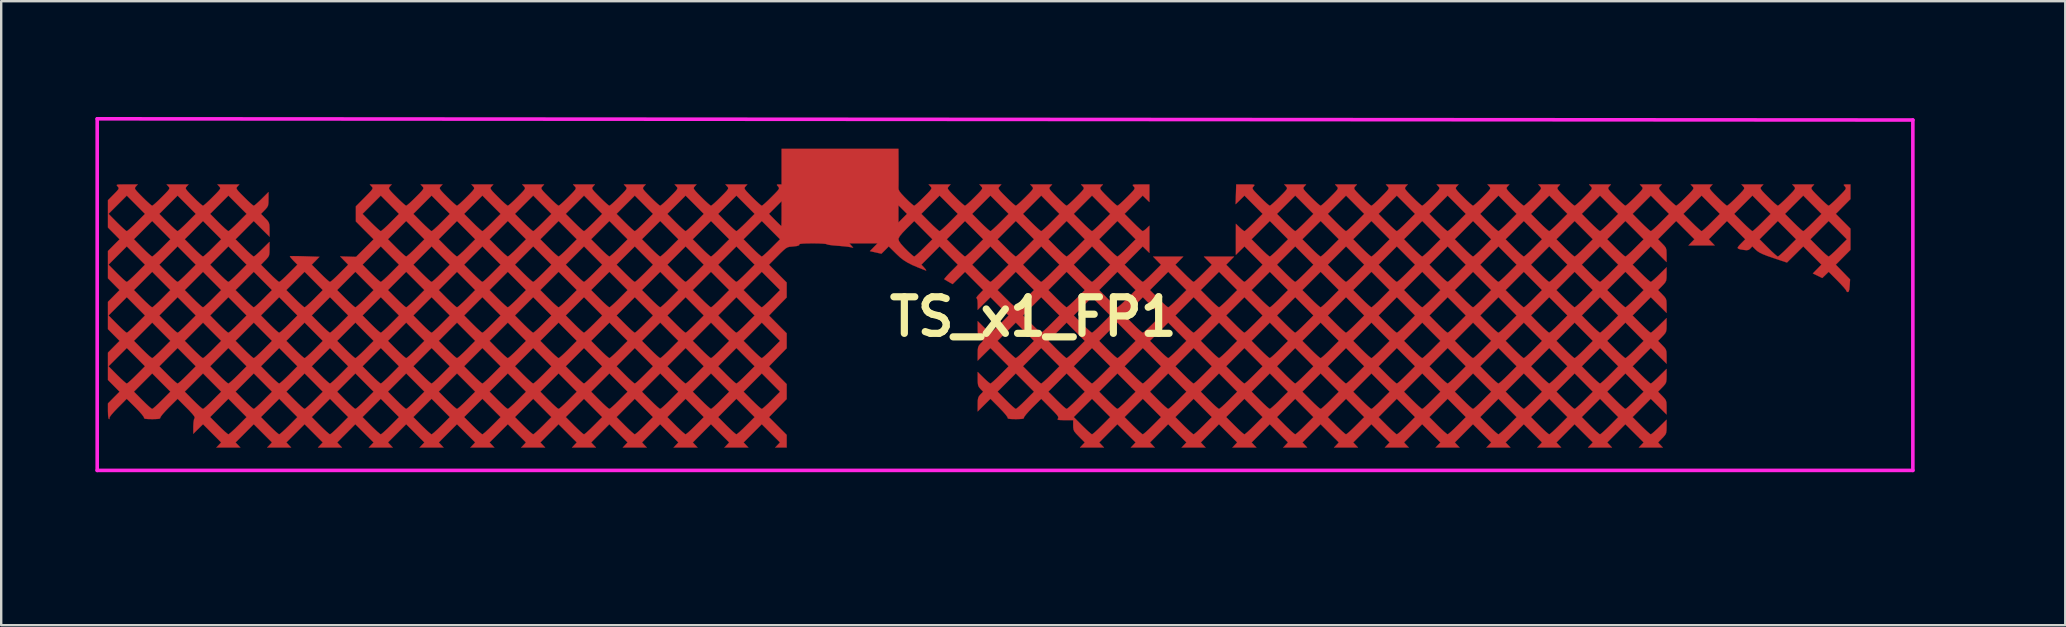
<source format=kicad_pcb>
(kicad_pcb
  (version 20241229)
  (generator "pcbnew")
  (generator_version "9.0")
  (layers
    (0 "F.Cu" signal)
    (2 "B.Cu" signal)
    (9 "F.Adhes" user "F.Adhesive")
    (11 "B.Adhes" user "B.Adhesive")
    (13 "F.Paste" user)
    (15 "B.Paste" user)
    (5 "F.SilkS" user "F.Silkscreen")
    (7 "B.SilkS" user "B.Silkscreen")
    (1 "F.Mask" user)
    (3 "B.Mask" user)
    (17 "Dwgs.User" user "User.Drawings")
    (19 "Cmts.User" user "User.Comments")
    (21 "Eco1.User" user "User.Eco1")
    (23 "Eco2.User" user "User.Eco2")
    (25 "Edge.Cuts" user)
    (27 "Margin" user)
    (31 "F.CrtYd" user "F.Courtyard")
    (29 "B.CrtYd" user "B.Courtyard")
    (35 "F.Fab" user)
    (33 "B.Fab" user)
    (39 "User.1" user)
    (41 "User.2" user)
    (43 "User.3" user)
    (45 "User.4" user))
  (footprint "TS_x1_FP1"
    (layer "F.Cu")
    (at 40 10.15)
    (property "Reference" "TS_x1_FP1" (at 0 0 0) (layer "F.SilkS") (effects (font (size 1.524 1.524) (thickness 0.3))))
    (attr through_hole)
    (fp_poly (pts (xy -5.612 -6.247) (xy -5.611 -5.994) (xy -5.611 -5.763) (xy -5.612 -5.571) (xy -5.614 -5.433) (xy -5.616 -5.373) (xy -5.609 -5.305) (xy -5.573 -5.229) (xy -5.497 -5.132) (xy -5.372 -4.997) (xy -5.314 -4.939) (xy -5.182 -4.809) (xy -5.068 -4.706) (xy -4.988 -4.642) (xy -4.96 -4.627) (xy -4.915 -4.656) (xy -4.824 -4.733) (xy -4.7 -4.848) (xy -4.56 -4.986) (xy -4.41 -5.137) (xy -4.312 -5.242) (xy -4.258 -5.311) (xy -4.241 -5.358) (xy -4.253 -5.395) (xy -4.281 -5.43) (xy -4.359 -5.516) (xy -3.444 -5.516) (xy -3.522 -5.43) (xy -3.553 -5.391) (xy -3.562 -5.354) (xy -3.542 -5.305) (xy -3.484 -5.233) (xy -3.381 -5.124) (xy -3.244 -4.986) (xy -3.102 -4.846) (xy -2.979 -4.732) (xy -2.888 -4.655) (xy -2.844 -4.627) (xy -2.798 -4.656) (xy -2.707 -4.733) (xy -2.583 -4.848) (xy -2.443 -4.986) (xy -2.293 -5.137) (xy -2.195 -5.242) (xy -2.141 -5.311) (xy -2.124 -5.358) (xy -2.136 -5.395) (xy -2.165 -5.43) (xy -2.243 -5.516) (xy -1.328 -5.516) (xy -1.406 -5.43) (xy -1.437 -5.391) (xy -1.446 -5.354) (xy -1.425 -5.305) (xy -1.368 -5.233) (xy -1.265 -5.124) (xy -1.127 -4.986) (xy -0.985 -4.846) (xy -0.862 -4.732) (xy -0.771 -4.655) (xy -0.727 -4.627) (xy -0.681 -4.656) (xy -0.59 -4.733) (xy -0.467 -4.848) (xy -0.326 -4.986) (xy -0.176 -5.137) (xy -0.078 -5.242) (xy -0.025 -5.311) (xy -0.008 -5.358) (xy -0.019 -5.395) (xy -0.048 -5.43) (xy -0.126 -5.516) (xy 0.789 -5.516) (xy 0.711 -5.43) (xy 0.68 -5.391) (xy 0.671 -5.354) (xy 0.691 -5.305) (xy 0.749 -5.233) (xy 0.852 -5.124) (xy 0.989 -4.986) (xy 1.132 -4.846) (xy 1.255 -4.732) (xy 1.345 -4.655) (xy 1.39 -4.627) (xy 1.435 -4.656) (xy 1.526 -4.733) (xy 1.65 -4.848) (xy 1.79 -4.986) (xy 1.94 -5.137) (xy 2.038 -5.242) (xy 2.092 -5.311) (xy 2.109 -5.358) (xy 2.097 -5.395) (xy 2.069 -5.43) (xy 1.991 -5.516) (xy 2.906 -5.516) (xy 2.828 -5.43) (xy 2.797 -5.391) (xy 2.788 -5.354) (xy 2.808 -5.305) (xy 2.866 -5.233) (xy 2.969 -5.124) (xy 3.106 -4.986) (xy 3.248 -4.846) (xy 3.371 -4.732) (xy 3.462 -4.655) (xy 3.506 -4.627) (xy 3.552 -4.656) (xy 3.643 -4.733) (xy 3.767 -4.848) (xy 3.907 -4.986) (xy 4.057 -5.137) (xy 4.155 -5.242) (xy 4.209 -5.311) (xy 4.226 -5.358) (xy 4.214 -5.395) (xy 4.185 -5.43) (xy 4.151 -5.472) (xy 4.147 -5.497) (xy 4.188 -5.51) (xy 4.286 -5.515) (xy 4.454 -5.516) (xy 4.474 -5.516) (xy 4.84 -5.516) (xy 4.84 -4.78) (xy 4.701 -4.915) (xy 4.562 -5.05) (xy 4.183 -4.669) (xy 3.805 -4.289) (xy 4.163 -3.929) (xy 4.305 -3.789) (xy 4.428 -3.675) (xy 4.518 -3.597) (xy 4.562 -3.569) (xy 4.616 -3.596) (xy 4.7 -3.663) (xy 4.721 -3.683) (xy 4.84 -3.797) (xy 4.84 -2.663) (xy 4.701 -2.798) (xy 4.562 -2.933) (xy 4.183 -2.552) (xy 3.805 -2.172) (xy 4.163 -1.812) (xy 4.305 -1.672) (xy 4.429 -1.558) (xy 4.52 -1.481) (xy 4.565 -1.452) (xy 4.61 -1.481) (xy 4.701 -1.558) (xy 4.825 -1.673) (xy 4.966 -1.812) (xy 5.324 -2.171) (xy 5.159 -2.339) (xy 4.995 -2.508) (xy 6.252 -2.508) (xy 6.087 -2.339) (xy 5.922 -2.171) (xy 6.28 -1.812) (xy 6.422 -1.672) (xy 6.546 -1.558) (xy 6.637 -1.48) (xy 6.681 -1.452) (xy 6.727 -1.481) (xy 6.818 -1.558) (xy 6.942 -1.673) (xy 7.083 -1.812) (xy 7.441 -2.171) (xy 7.276 -2.339) (xy 7.111 -2.508) (xy 8.368 -2.508) (xy 8.204 -2.339) (xy 8.039 -2.171) (xy 8.397 -1.812) (xy 8.539 -1.672) (xy 8.662 -1.558) (xy 8.753 -1.48) (xy 8.798 -1.452) (xy 8.844 -1.481) (xy 8.935 -1.558) (xy 9.058 -1.673) (xy 9.2 -1.812) (xy 9.558 -2.172) (xy 9.558 -2.173) (xy 10.154 -2.173) (xy 10.512 -1.812) (xy 10.655 -1.673) (xy 10.778 -1.558) (xy 10.87 -1.481) (xy 10.915 -1.452) (xy 10.96 -1.481) (xy 11.051 -1.558) (xy 11.175 -1.673) (xy 11.317 -1.812) (xy 11.675 -2.172) (xy 11.674 -2.173) (xy 12.271 -2.173) (xy 12.629 -1.812) (xy 12.772 -1.673) (xy 12.895 -1.558) (xy 12.986 -1.481) (xy 13.031 -1.452) (xy 13.077 -1.481) (xy 13.168 -1.558) (xy 13.292 -1.673) (xy 13.434 -1.812) (xy 13.792 -2.172) (xy 13.791 -2.173) (xy 14.387 -2.173) (xy 14.746 -1.812) (xy 14.888 -1.673) (xy 15.012 -1.558) (xy 15.103 -1.481) (xy 15.148 -1.452) (xy 15.194 -1.481) (xy 15.285 -1.558) (xy 15.408 -1.673) (xy 15.55 -1.812) (xy 15.908 -2.172) (xy 15.908 -2.173) (xy 16.504 -2.173) (xy 16.862 -1.812) (xy 17.005 -1.673) (xy 17.128 -1.558) (xy 17.22 -1.481) (xy 17.265 -1.452) (xy 17.31 -1.481) (xy 17.401 -1.558) (xy 17.525 -1.673) (xy 17.667 -1.812) (xy 18.025 -2.172) (xy 18.024 -2.173) (xy 18.621 -2.173) (xy 18.979 -1.812) (xy 19.122 -1.673) (xy 19.245 -1.558) (xy 19.336 -1.481) (xy 19.381 -1.452) (xy 19.427 -1.481) (xy 19.518 -1.558) (xy 19.642 -1.673) (xy 19.784 -1.812) (xy 20.142 -2.172) (xy 20.141 -2.173) (xy 20.737 -2.173) (xy 21.096 -1.812) (xy 21.238 -1.673) (xy 21.362 -1.558) (xy 21.453 -1.481) (xy 21.498 -1.452) (xy 21.544 -1.481) (xy 21.635 -1.558) (xy 21.758 -1.673) (xy 21.9 -1.812) (xy 22.258 -2.172) (xy 22.258 -2.173) (xy 22.854 -2.173) (xy 23.212 -1.812) (xy 23.355 -1.673) (xy 23.478 -1.558) (xy 23.57 -1.481) (xy 23.615 -1.452) (xy 23.66 -1.481) (xy 23.751 -1.558) (xy 23.875 -1.673) (xy 24.017 -1.812) (xy 24.375 -2.172) (xy 23.996 -2.553) (xy 23.616 -2.935) (xy 23.235 -2.554) (xy 22.854 -2.173) (xy 22.258 -2.173) (xy 21.879 -2.553) (xy 21.499 -2.935) (xy 21.118 -2.554) (xy 20.737 -2.173) (xy 20.141 -2.173) (xy 19.762 -2.553) (xy 19.383 -2.935) (xy 19.002 -2.554) (xy 18.621 -2.173) (xy 18.024 -2.173) (xy 17.646 -2.553) (xy 17.266 -2.935) (xy 16.885 -2.554) (xy 16.504 -2.173) (xy 15.908 -2.173) (xy 15.529 -2.553) (xy 15.149 -2.935) (xy 14.768 -2.554) (xy 14.387 -2.173) (xy 13.791 -2.173) (xy 13.412 -2.553) (xy 13.033 -2.935) (xy 12.652 -2.554) (xy 12.271 -2.173) (xy 11.674 -2.173) (xy 11.296 -2.553) (xy 10.916 -2.935) (xy 10.535 -2.554) (xy 10.154 -2.173) (xy 9.558 -2.173) (xy 9.179 -2.553) (xy 8.801 -2.933) (xy 8.622 -2.758) (xy 8.443 -2.582) (xy 8.443 -3.23) (xy 8.443 -3.231) (xy 9.096 -3.231) (xy 9.454 -2.871) (xy 9.597 -2.731) (xy 9.72 -2.616) (xy 9.811 -2.539) (xy 9.857 -2.511) (xy 9.902 -2.539) (xy 9.993 -2.617) (xy 10.117 -2.731) (xy 10.259 -2.871) (xy 10.617 -3.23) (xy 10.616 -3.231) (xy 11.212 -3.231) (xy 11.571 -2.871) (xy 11.713 -2.731) (xy 11.837 -2.616) (xy 11.928 -2.539) (xy 11.973 -2.511) (xy 12.019 -2.539) (xy 12.11 -2.617) (xy 12.233 -2.731) (xy 12.375 -2.871) (xy 12.733 -3.23) (xy 12.733 -3.231) (xy 13.329 -3.231) (xy 13.687 -2.871) (xy 13.83 -2.731) (xy 13.953 -2.616) (xy 14.045 -2.539) (xy 14.09 -2.511) (xy 14.135 -2.539) (xy 14.226 -2.617) (xy 14.35 -2.731) (xy 14.492 -2.871) (xy 14.85 -3.23) (xy 14.849 -3.231) (xy 15.446 -3.231) (xy 15.804 -2.871) (xy 15.947 -2.731) (xy 16.07 -2.616) (xy 16.161 -2.539) (xy 16.206 -2.511) (xy 16.252 -2.539) (xy 16.343 -2.617) (xy 16.467 -2.731) (xy 16.609 -2.871) (xy 16.967 -3.23) (xy 16.966 -3.231) (xy 17.562 -3.231) (xy 17.921 -2.871) (xy 18.063 -2.731) (xy 18.187 -2.616) (xy 18.278 -2.539) (xy 18.323 -2.511) (xy 18.369 -2.539) (xy 18.46 -2.617) (xy 18.583 -2.731) (xy 18.725 -2.871) (xy 19.083 -3.23) (xy 19.083 -3.231) (xy 19.679 -3.231) (xy 20.037 -2.871) (xy 20.18 -2.731) (xy 20.303 -2.616) (xy 20.395 -2.539) (xy 20.44 -2.511) (xy 20.485 -2.539) (xy 20.576 -2.617) (xy 20.7 -2.731) (xy 20.842 -2.871) (xy 21.2 -3.23) (xy 21.199 -3.231) (xy 21.796 -3.231) (xy 22.154 -2.871) (xy 22.297 -2.731) (xy 22.42 -2.616) (xy 22.511 -2.539) (xy 22.556 -2.511) (xy 22.602 -2.539) (xy 22.693 -2.617) (xy 22.817 -2.731) (xy 22.959 -2.871) (xy 23.317 -3.23) (xy 23.316 -3.231) (xy 23.912 -3.231) (xy 24.271 -2.871) (xy 24.413 -2.731) (xy 24.537 -2.616) (xy 24.628 -2.539) (xy 24.673 -2.511) (xy 24.719 -2.539) (xy 24.81 -2.617) (xy 24.933 -2.731) (xy 25.075 -2.871) (xy 25.433 -3.23) (xy 25.054 -3.612) (xy 24.674 -3.993) (xy 24.293 -3.612) (xy 23.912 -3.231) (xy 23.316 -3.231) (xy 22.558 -3.993) (xy 21.796 -3.231) (xy 21.199 -3.231) (xy 20.821 -3.612) (xy 20.441 -3.993) (xy 19.679 -3.231) (xy 19.083 -3.231) (xy 18.704 -3.612) (xy 18.324 -3.993) (xy 17.943 -3.612) (xy 17.562 -3.231) (xy 16.966 -3.231) (xy 16.208 -3.993) (xy 15.446 -3.231) (xy 14.849 -3.231) (xy 14.471 -3.612) (xy 14.091 -3.993) (xy 13.329 -3.231) (xy 12.733 -3.231) (xy 12.354 -3.612) (xy 11.974 -3.993) (xy 11.593 -3.612) (xy 11.212 -3.231) (xy 10.616 -3.231) (xy 9.858 -3.993) (xy 9.096 -3.231) (xy 8.443 -3.231) (xy 8.444 -3.877) (xy 8.602 -3.723) (xy 8.699 -3.636) (xy 8.775 -3.58) (xy 8.801 -3.569) (xy 8.845 -3.597) (xy 8.935 -3.675) (xy 9.058 -3.789) (xy 9.2 -3.929) (xy 9.558 -4.289) (xy 9.558 -4.289) (xy 10.154 -4.289) (xy 10.512 -3.929) (xy 10.655 -3.789) (xy 10.778 -3.675) (xy 10.87 -3.597) (xy 10.915 -3.569) (xy 10.96 -3.597) (xy 11.051 -3.675) (xy 11.175 -3.79) (xy 11.317 -3.929) (xy 11.675 -4.289) (xy 11.674 -4.289) (xy 12.271 -4.289) (xy 12.629 -3.929) (xy 12.772 -3.789) (xy 12.895 -3.675) (xy 12.986 -3.597) (xy 13.031 -3.569) (xy 13.077 -3.597) (xy 13.168 -3.675) (xy 13.292 -3.79) (xy 13.434 -3.929) (xy 13.792 -4.289) (xy 13.791 -4.289) (xy 14.387 -4.289) (xy 14.746 -3.929) (xy 14.888 -3.789) (xy 15.012 -3.675) (xy 15.103 -3.597) (xy 15.148 -3.569) (xy 15.194 -3.597) (xy 15.285 -3.675) (xy 15.408 -3.79) (xy 15.55 -3.929) (xy 15.908 -4.289) (xy 15.908 -4.289) (xy 16.504 -4.289) (xy 16.862 -3.929) (xy 17.005 -3.789) (xy 17.128 -3.675) (xy 17.22 -3.597) (xy 17.265 -3.569) (xy 17.31 -3.597) (xy 17.401 -3.675) (xy 17.525 -3.79) (xy 17.667 -3.929) (xy 18.025 -4.289) (xy 18.024 -4.289) (xy 18.621 -4.289) (xy 18.979 -3.929) (xy 19.122 -3.789) (xy 19.245 -3.675) (xy 19.336 -3.597) (xy 19.381 -3.569) (xy 19.427 -3.597) (xy 19.518 -3.675) (xy 19.642 -3.79) (xy 19.784 -3.929) (xy 20.142 -4.289) (xy 20.141 -4.289) (xy 20.737 -4.289) (xy 21.096 -3.929) (xy 21.238 -3.789) (xy 21.362 -3.675) (xy 21.453 -3.597) (xy 21.498 -3.569) (xy 21.544 -3.597) (xy 21.635 -3.675) (xy 21.758 -3.79) (xy 21.9 -3.929) (xy 22.258 -4.289) (xy 22.258 -4.289) (xy 22.854 -4.289) (xy 23.212 -3.929) (xy 23.355 -3.789) (xy 23.478 -3.675) (xy 23.57 -3.597) (xy 23.615 -3.569) (xy 23.66 -3.597) (xy 23.751 -3.675) (xy 23.875 -3.79) (xy 24.017 -3.929) (xy 24.375 -4.289) (xy 24.374 -4.289) (xy 24.971 -4.289) (xy 25.329 -3.929) (xy 25.472 -3.789) (xy 25.595 -3.675) (xy 25.686 -3.597) (xy 25.732 -3.569) (xy 25.777 -3.597) (xy 25.868 -3.675) (xy 25.992 -3.79) (xy 26.134 -3.929) (xy 26.492 -4.289) (xy 26.491 -4.289) (xy 27.087 -4.289) (xy 27.446 -3.929) (xy 27.588 -3.789) (xy 27.712 -3.675) (xy 27.803 -3.597) (xy 27.848 -3.569) (xy 27.894 -3.597) (xy 27.985 -3.675) (xy 28.108 -3.79) (xy 28.25 -3.929) (xy 28.608 -4.289) (xy 28.608 -4.289) (xy 29.204 -4.289) (xy 29.562 -3.929) (xy 29.705 -3.789) (xy 29.828 -3.675) (xy 29.92 -3.597) (xy 29.965 -3.569) (xy 30.01 -3.597) (xy 30.101 -3.675) (xy 30.225 -3.79) (xy 30.367 -3.929) (xy 30.725 -4.289) (xy 30.724 -4.289) (xy 31.321 -4.289) (xy 31.679 -3.929) (xy 31.822 -3.789) (xy 31.945 -3.675) (xy 32.036 -3.597) (xy 32.081 -3.569) (xy 32.127 -3.597) (xy 32.218 -3.675) (xy 32.342 -3.79) (xy 32.484 -3.929) (xy 32.842 -4.289) (xy 32.083 -5.051) (xy 31.321 -4.289) (xy 30.724 -4.289) (xy 30.346 -4.67) (xy 29.966 -5.051) (xy 29.204 -4.289) (xy 28.608 -4.289) (xy 28.229 -4.67) (xy 27.849 -5.051) (xy 27.468 -4.67) (xy 27.087 -4.289) (xy 26.491 -4.289) (xy 25.733 -5.051) (xy 24.971 -4.289) (xy 24.374 -4.289) (xy 23.996 -4.67) (xy 23.616 -5.051) (xy 22.854 -4.289) (xy 22.258 -4.289) (xy 21.879 -4.67) (xy 21.499 -5.051) (xy 21.118 -4.67) (xy 20.737 -4.289) (xy 20.141 -4.289) (xy 19.383 -5.051) (xy 18.621 -4.289) (xy 18.024 -4.289) (xy 17.646 -4.67) (xy 17.266 -5.051) (xy 16.504 -4.289) (xy 15.908 -4.289) (xy 15.529 -4.67) (xy 15.149 -5.051) (xy 14.768 -4.67) (xy 14.387 -4.289) (xy 13.791 -4.289) (xy 13.033 -5.051) (xy 12.271 -4.289) (xy 11.674 -4.289) (xy 11.296 -4.67) (xy 10.916 -5.051) (xy 10.154 -4.289) (xy 9.558 -4.289) (xy 8.801 -5.05) (xy 8.617 -4.87) (xy 8.433 -4.691) (xy 8.457 -5.516) (xy 8.857 -5.516) (xy 9.042 -5.516) (xy 9.155 -5.512) (xy 9.209 -5.501) (xy 9.216 -5.48) (xy 9.191 -5.445) (xy 9.178 -5.43) (xy 9.147 -5.391) (xy 9.138 -5.354) (xy 9.158 -5.305) (xy 9.216 -5.233) (xy 9.319 -5.124) (xy 9.456 -4.986) (xy 9.598 -4.846) (xy 9.721 -4.732) (xy 9.812 -4.655) (xy 9.857 -4.627) (xy 9.902 -4.656) (xy 9.993 -4.733) (xy 10.117 -4.848) (xy 10.257 -4.986) (xy 10.407 -5.137) (xy 10.505 -5.242) (xy 10.559 -5.311) (xy 10.576 -5.358) (xy 10.564 -5.395) (xy 10.535 -5.43) (xy 10.457 -5.516) (xy 11.372 -5.516) (xy 11.294 -5.43) (xy 11.263 -5.391) (xy 11.254 -5.354) (xy 11.275 -5.305) (xy 11.332 -5.233) (xy 11.435 -5.124) (xy 11.573 -4.986) (xy 11.715 -4.846) (xy 11.838 -4.732) (xy 11.929 -4.655) (xy 11.973 -4.627) (xy 12.019 -4.656) (xy 12.11 -4.733) (xy 12.233 -4.848) (xy 12.374 -4.986) (xy 12.524 -5.137) (xy 12.622 -5.242) (xy 12.675 -5.311) (xy 12.692 -5.358) (xy 12.681 -5.395) (xy 12.652 -5.43) (xy 12.574 -5.516) (xy 13.489 -5.516) (xy 13.411 -5.43) (xy 13.38 -5.391) (xy 13.371 -5.354) (xy 13.391 -5.305) (xy 13.449 -5.233) (xy 13.552 -5.124) (xy 13.689 -4.986) (xy 13.832 -4.846) (xy 13.955 -4.732) (xy 14.045 -4.655) (xy 14.09 -4.627) (xy 14.135 -4.656) (xy 14.226 -4.733) (xy 14.35 -4.848) (xy 14.49 -4.986) (xy 14.64 -5.137) (xy 14.738 -5.242) (xy 14.792 -5.311) (xy 14.809 -5.358) (xy 14.797 -5.395) (xy 14.769 -5.43) (xy 14.691 -5.516) (xy 15.606 -5.516) (xy 15.528 -5.43) (xy 15.497 -5.391) (xy 15.488 -5.354) (xy 15.508 -5.305) (xy 15.566 -5.233) (xy 15.669 -5.124) (xy 15.806 -4.986) (xy 15.948 -4.846) (xy 16.071 -4.732) (xy 16.162 -4.655) (xy 16.206 -4.627) (xy 16.252 -4.656) (xy 16.343 -4.733) (xy 16.467 -4.848) (xy 16.607 -4.986) (xy 16.757 -5.137) (xy 16.855 -5.242) (xy 16.909 -5.311) (xy 16.926 -5.358) (xy 16.914 -5.395) (xy 16.885 -5.43) (xy 16.807 -5.516) (xy 17.722 -5.516) (xy 17.644 -5.43) (xy 17.613 -5.391) (xy 17.604 -5.354) (xy 17.625 -5.305) (xy 17.682 -5.233) (xy 17.785 -5.124) (xy 17.923 -4.986) (xy 18.065 -4.846) (xy 18.188 -4.732) (xy 18.279 -4.655) (xy 18.323 -4.627) (xy 18.369 -4.656) (xy 18.46 -4.733) (xy 18.583 -4.848) (xy 18.724 -4.986) (xy 18.874 -5.137) (xy 18.972 -5.242) (xy 19.025 -5.311) (xy 19.042 -5.358) (xy 19.031 -5.395) (xy 19.002 -5.43) (xy 18.924 -5.516) (xy 19.839 -5.516) (xy 19.761 -5.43) (xy 19.73 -5.391) (xy 19.721 -5.354) (xy 19.741 -5.305) (xy 19.799 -5.233) (xy 19.902 -5.124) (xy 20.039 -4.986) (xy 20.182 -4.846) (xy 20.305 -4.732) (xy 20.395 -4.655) (xy 20.44 -4.627) (xy 20.485 -4.656) (xy 20.576 -4.733) (xy 20.7 -4.848) (xy 20.84 -4.986) (xy 20.99 -5.137) (xy 21.088 -5.242) (xy 21.142 -5.311) (xy 21.159 -5.358) (xy 21.147 -5.395) (xy 21.119 -5.43) (xy 21.041 -5.516) (xy 21.956 -5.516) (xy 21.878 -5.43) (xy 21.847 -5.391) (xy 21.838 -5.354) (xy 21.858 -5.305) (xy 21.916 -5.233) (xy 22.019 -5.124) (xy 22.156 -4.986) (xy 22.298 -4.846) (xy 22.421 -4.732) (xy 22.512 -4.655) (xy 22.556 -4.627) (xy 22.602 -4.656) (xy 22.693 -4.733) (xy 22.817 -4.848) (xy 22.957 -4.986) (xy 23.107 -5.137) (xy 23.205 -5.242) (xy 23.259 -5.311) (xy 23.276 -5.358) (xy 23.264 -5.395) (xy 23.235 -5.43) (xy 23.157 -5.516) (xy 24.072 -5.516) (xy 23.994 -5.43) (xy 23.963 -5.391) (xy 23.954 -5.354) (xy 23.975 -5.305) (xy 24.032 -5.233) (xy 24.135 -5.124) (xy 24.273 -4.986) (xy 24.415 -4.846) (xy 24.538 -4.732) (xy 24.629 -4.655) (xy 24.673 -4.627) (xy 24.719 -4.656) (xy 24.81 -4.733) (xy 24.933 -4.848) (xy 25.074 -4.986) (xy 25.224 -5.137) (xy 25.322 -5.242) (xy 25.375 -5.311) (xy 25.392 -5.358) (xy 25.381 -5.395) (xy 25.352 -5.43) (xy 25.274 -5.516) (xy 26.189 -5.516) (xy 26.111 -5.43) (xy 26.08 -5.391) (xy 26.071 -5.354) (xy 26.091 -5.305) (xy 26.149 -5.233) (xy 26.252 -5.124) (xy 26.389 -4.986) (xy 26.532 -4.846) (xy 26.655 -4.732) (xy 26.745 -4.655) (xy 26.79 -4.627) (xy 26.835 -4.656) (xy 26.926 -4.733) (xy 27.05 -4.848) (xy 27.19 -4.986) (xy 27.34 -5.137) (xy 27.438 -5.242) (xy 27.492 -5.311) (xy 27.509 -5.358) (xy 27.497 -5.395) (xy 27.469 -5.43) (xy 27.391 -5.516) (xy 28.306 -5.516) (xy 28.228 -5.43) (xy 28.197 -5.391) (xy 28.188 -5.354) (xy 28.208 -5.305) (xy 28.266 -5.233) (xy 28.369 -5.124) (xy 28.506 -4.986) (xy 28.648 -4.846) (xy 28.771 -4.732) (xy 28.862 -4.655) (xy 28.907 -4.627) (xy 28.952 -4.656) (xy 29.043 -4.733) (xy 29.167 -4.848) (xy 29.307 -4.986) (xy 29.457 -5.137) (xy 29.555 -5.242) (xy 29.609 -5.311) (xy 29.626 -5.358) (xy 29.614 -5.395) (xy 29.585 -5.43) (xy 29.507 -5.516) (xy 30.422 -5.516) (xy 30.344 -5.43) (xy 30.313 -5.391) (xy 30.304 -5.354) (xy 30.325 -5.305) (xy 30.382 -5.233) (xy 30.485 -5.124) (xy 30.623 -4.986) (xy 30.765 -4.846) (xy 30.888 -4.732) (xy 30.979 -4.655) (xy 31.023 -4.627) (xy 31.069 -4.656) (xy 31.16 -4.733) (xy 31.283 -4.848) (xy 31.424 -4.986) (xy 31.574 -5.137) (xy 31.672 -5.242) (xy 31.725 -5.311) (xy 31.742 -5.358) (xy 31.731 -5.395) (xy 31.702 -5.43) (xy 31.624 -5.516) (xy 32.539 -5.516) (xy 32.461 -5.43) (xy 32.43 -5.391) (xy 32.421 -5.354) (xy 32.441 -5.305) (xy 32.499 -5.233) (xy 32.602 -5.124) (xy 32.739 -4.986) (xy 32.882 -4.846) (xy 33.005 -4.732) (xy 33.095 -4.655) (xy 33.14 -4.627) (xy 33.185 -4.656) (xy 33.276 -4.733) (xy 33.4 -4.848) (xy 33.54 -4.986) (xy 33.69 -5.137) (xy 33.788 -5.242) (xy 33.842 -5.311) (xy 33.859 -5.358) (xy 33.847 -5.395) (xy 33.819 -5.43) (xy 33.772 -5.487) (xy 33.781 -5.511) (xy 33.859 -5.516) (xy 33.895 -5.516) (xy 34.05 -5.516) (xy 34.05 -4.904) (xy 33.744 -4.597) (xy 33.438 -4.289) (xy 33.744 -3.981) (xy 34.05 -3.673) (xy 34.05 -2.788) (xy 33.744 -2.48) (xy 33.438 -2.172) (xy 33.736 -1.865) (xy 34.034 -1.558) (xy 34.017 -1.294) (xy 34.001 -1.136) (xy 33.975 -1.052) (xy 33.94 -1.029) (xy 33.887 -1.058) (xy 33.881 -1.081) (xy 33.852 -1.13) (xy 33.775 -1.224) (xy 33.66 -1.35) (xy 33.52 -1.496) (xy 33.512 -1.504) (xy 33.143 -1.875) (xy 33.01 -1.746) (xy 32.877 -1.617) (xy 32.68 -1.713) (xy 32.483 -1.808) (xy 32.662 -1.991) (xy 32.841 -2.173) (xy 32.462 -2.553) (xy 32.083 -2.934) (xy 31.744 -2.597) (xy 31.404 -2.261) (xy 30.833 -2.452) (xy 30.581 -2.539) (xy 30.397 -2.612) (xy 30.263 -2.677) (xy 30.164 -2.743) (xy 30.11 -2.79) (xy 29.959 -2.936) (xy 29.878 -2.847) (xy 29.812 -2.792) (xy 29.729 -2.775) (xy 29.611 -2.786) (xy 29.449 -2.813) (xy 29.365 -2.843) (xy 29.352 -2.889) (xy 29.405 -2.963) (xy 29.484 -3.046) (xy 29.666 -3.231) (xy 30.262 -3.231) (xy 30.621 -2.871) (xy 30.763 -2.731) (xy 30.887 -2.616) (xy 30.978 -2.539) (xy 31.023 -2.511) (xy 31.069 -2.539) (xy 31.16 -2.617) (xy 31.283 -2.731) (xy 31.425 -2.871) (xy 31.783 -3.23) (xy 31.783 -3.231) (xy 32.379 -3.231) (xy 32.737 -2.871) (xy 32.88 -2.731) (xy 33.003 -2.616) (xy 33.095 -2.539) (xy 33.14 -2.511) (xy 33.185 -2.539) (xy 33.276 -2.617) (xy 33.4 -2.731) (xy 33.542 -2.871) (xy 33.9 -3.23) (xy 33.521 -3.612) (xy 33.141 -3.993) (xy 32.379 -3.231) (xy 31.783 -3.231) (xy 31.404 -3.612) (xy 31.024 -3.993) (xy 30.643 -3.612) (xy 30.262 -3.231) (xy 29.666 -3.231) (xy 29.666 -3.232) (xy 28.905 -3.993) (xy 28.527 -3.613) (xy 28.148 -3.232) (xy 28.271 -3.104) (xy 28.393 -2.976) (xy 27.303 -2.976) (xy 27.549 -3.233) (xy 26.789 -3.993) (xy 26.41 -3.612) (xy 26.03 -3.231) (xy 26.209 -3.049) (xy 26.303 -2.949) (xy 26.357 -2.871) (xy 26.381 -2.782) (xy 26.387 -2.653) (xy 26.388 -2.574) (xy 26.388 -2.28) (xy 26.059 -2.607) (xy 25.73 -2.934) (xy 24.971 -2.172) (xy 25.329 -1.812) (xy 25.472 -1.672) (xy 25.595 -1.558) (xy 25.685 -1.481) (xy 25.73 -1.452) (xy 25.776 -1.481) (xy 25.866 -1.556) (xy 25.987 -1.668) (xy 26.08 -1.758) (xy 26.388 -2.064) (xy 26.388 -1.77) (xy 26.385 -1.613) (xy 26.37 -1.51) (xy 26.331 -1.431) (xy 26.257 -1.344) (xy 26.21 -1.295) (xy 26.031 -1.114) (xy 26.21 -0.932) (xy 26.303 -0.833) (xy 26.357 -0.754) (xy 26.381 -0.665) (xy 26.387 -0.536) (xy 26.388 -0.457) (xy 26.388 -0.163) (xy 26.059 -0.49) (xy 25.73 -0.817) (xy 24.971 -0.055) (xy 25.329 0.304) (xy 25.472 0.444) (xy 25.595 0.559) (xy 25.685 0.636) (xy 25.73 0.664) (xy 25.776 0.636) (xy 25.866 0.56) (xy 25.987 0.449) (xy 26.08 0.358) (xy 26.388 0.053) (xy 26.388 0.346) (xy 26.385 0.503) (xy 26.37 0.606) (xy 26.331 0.686) (xy 26.257 0.772) (xy 26.21 0.821) (xy 26.031 1.003) (xy 26.21 1.185) (xy 26.303 1.284) (xy 26.357 1.363) (xy 26.381 1.452) (xy 26.387 1.581) (xy 26.388 1.66) (xy 26.388 1.954) (xy 26.059 1.626) (xy 25.73 1.299) (xy 24.971 2.061) (xy 25.329 2.421) (xy 25.472 2.561) (xy 25.595 2.675) (xy 25.685 2.753) (xy 25.73 2.781) (xy 25.776 2.753) (xy 25.866 2.677) (xy 25.987 2.566) (xy 26.08 2.475) (xy 26.388 2.169) (xy 26.388 2.463) (xy 26.385 2.62) (xy 26.37 2.723) (xy 26.331 2.803) (xy 26.257 2.889) (xy 26.21 2.938) (xy 26.031 3.12) (xy 26.21 3.301) (xy 26.303 3.401) (xy 26.357 3.48) (xy 26.381 3.568) (xy 26.387 3.698) (xy 26.388 3.776) (xy 26.388 4.07) (xy 26.059 3.743) (xy 25.73 3.416) (xy 24.971 4.178) (xy 25.329 4.538) (xy 25.472 4.678) (xy 25.595 4.792) (xy 25.685 4.869) (xy 25.73 4.898) (xy 25.776 4.869) (xy 25.866 4.794) (xy 25.987 4.682) (xy 26.08 4.592) (xy 26.388 4.286) (xy 26.388 4.58) (xy 26.385 4.737) (xy 26.37 4.84) (xy 26.331 4.919) (xy 26.257 5.006) (xy 26.21 5.054) (xy 26.033 5.235) (xy 26.233 5.448) (xy 25.732 5.448) (xy 25.23 5.448) (xy 25.331 5.341) (xy 25.432 5.233) (xy 25.052 4.854) (xy 24.672 4.474) (xy 23.915 5.234) (xy 24.016 5.341) (xy 24.116 5.448) (xy 23.113 5.448) (xy 23.214 5.341) (xy 23.315 5.233) (xy 22.935 4.854) (xy 22.555 4.474) (xy 21.799 5.234) (xy 21.899 5.341) (xy 22 5.448) (xy 21.498 5.448) (xy 20.997 5.448) (xy 21.198 5.233) (xy 20.439 4.474) (xy 19.682 5.234) (xy 19.883 5.448) (xy 19.381 5.448) (xy 18.88 5.448) (xy 18.981 5.341) (xy 19.082 5.233) (xy 18.702 4.854) (xy 18.322 4.474) (xy 17.565 5.234) (xy 17.666 5.341) (xy 17.766 5.448) (xy 16.763 5.448) (xy 16.864 5.341) (xy 16.965 5.233) (xy 16.585 4.854) (xy 16.205 4.474) (xy 15.449 5.234) (xy 15.549 5.341) (xy 15.65 5.448) (xy 15.148 5.448) (xy 14.647 5.448) (xy 14.848 5.233) (xy 14.089 4.474) (xy 13.332 5.234) (xy 13.433 5.341) (xy 13.533 5.448) (xy 12.53 5.448) (xy 12.631 5.341) (xy 12.732 5.233) (xy 12.352 4.854) (xy 11.972 4.474) (xy 11.215 5.234) (xy 11.316 5.341) (xy 11.416 5.448) (xy 10.915 5.448) (xy 10.413 5.448) (xy 10.514 5.341) (xy 10.615 5.233) (xy 10.235 4.854) (xy 9.855 4.474) (xy 9.099 5.234) (xy 9.199 5.341) (xy 9.3 5.448) (xy 8.297 5.448) (xy 8.498 5.233) (xy 7.739 4.474) (xy 6.982 5.234) (xy 7.183 5.448) (xy 6.681 5.448) (xy 6.18 5.448) (xy 6.281 5.341) (xy 6.382 5.233) (xy 6.002 4.854) (xy 5.622 4.474) (xy 4.865 5.234) (xy 4.966 5.341) (xy 5.066 5.448) (xy 4.063 5.448) (xy 4.164 5.341) (xy 4.265 5.233) (xy 3.885 4.854) (xy 3.505 4.474) (xy 2.749 5.234) (xy 2.849 5.341) (xy 2.95 5.448) (xy 2.448 5.448) (xy 1.947 5.448) (xy 2.047 5.341) (xy 2.147 5.234) (xy 1.906 4.991) (xy 1.786 4.866) (xy 1.714 4.777) (xy 1.679 4.698) (xy 1.666 4.607) (xy 1.665 4.526) (xy 1.665 4.305) (xy 1.321 4.305) (xy 1.153 4.303) (xy 1.056 4.296) (xy 1.016 4.281) (xy 1.021 4.254) (xy 1.032 4.239) (xy 1.048 4.204) (xy 1.04 4.177) (xy 1.687 4.177) (xy 2.046 4.538) (xy 2.188 4.677) (xy 2.312 4.792) (xy 2.403 4.869) (xy 2.448 4.898) (xy 2.494 4.869) (xy 2.585 4.792) (xy 2.708 4.677) (xy 2.85 4.538) (xy 3.208 4.178) (xy 3.208 4.177) (xy 3.804 4.177) (xy 4.162 4.538) (xy 4.305 4.677) (xy 4.428 4.792) (xy 4.52 4.869) (xy 4.565 4.898) (xy 4.61 4.869) (xy 4.701 4.792) (xy 4.825 4.677) (xy 4.967 4.538) (xy 5.325 4.178) (xy 5.324 4.177) (xy 5.921 4.177) (xy 6.279 4.538) (xy 6.422 4.677) (xy 6.545 4.792) (xy 6.636 4.869) (xy 6.681 4.898) (xy 6.727 4.869) (xy 6.818 4.792) (xy 6.942 4.677) (xy 7.084 4.538) (xy 7.442 4.178) (xy 7.441 4.177) (xy 8.037 4.177) (xy 8.396 4.538) (xy 8.538 4.677) (xy 8.662 4.792) (xy 8.753 4.869) (xy 8.798 4.898) (xy 8.844 4.869) (xy 8.935 4.792) (xy 9.058 4.677) (xy 9.2 4.538) (xy 9.558 4.178) (xy 9.558 4.177) (xy 10.154 4.177) (xy 10.512 4.538) (xy 10.655 4.677) (xy 10.778 4.792) (xy 10.87 4.869) (xy 10.915 4.898) (xy 10.96 4.869) (xy 11.051 4.792) (xy 11.175 4.677) (xy 11.317 4.538) (xy 11.675 4.178) (xy 11.674 4.177) (xy 12.271 4.177) (xy 12.629 4.538) (xy 12.772 4.677) (xy 12.895 4.792) (xy 12.986 4.869) (xy 13.031 4.898) (xy 13.077 4.869) (xy 13.168 4.792) (xy 13.292 4.677) (xy 13.434 4.538) (xy 13.792 4.178) (xy 13.791 4.177) (xy 14.387 4.177) (xy 14.746 4.538) (xy 14.888 4.677) (xy 15.012 4.792) (xy 15.103 4.869) (xy 15.148 4.898) (xy 15.194 4.869) (xy 15.285 4.792) (xy 15.408 4.677) (xy 15.55 4.538) (xy 15.908 4.178) (xy 15.908 4.177) (xy 16.504 4.177) (xy 16.862 4.538) (xy 17.005 4.677) (xy 17.128 4.792) (xy 17.22 4.869) (xy 17.265 4.898) (xy 17.31 4.869) (xy 17.401 4.792) (xy 17.525 4.677) (xy 17.667 4.538) (xy 18.025 4.178) (xy 18.024 4.177) (xy 18.621 4.177) (xy 18.979 4.538) (xy 19.122 4.677) (xy 19.245 4.792) (xy 19.336 4.869) (xy 19.381 4.898) (xy 19.427 4.869) (xy 19.518 4.792) (xy 19.642 4.677) (xy 19.784 4.538) (xy 20.142 4.178) (xy 20.141 4.177) (xy 20.737 4.177) (xy 21.096 4.538) (xy 21.238 4.677) (xy 21.362 4.792) (xy 21.453 4.869) (xy 21.498 4.898) (xy 21.544 4.869) (xy 21.635 4.792) (xy 21.758 4.677) (xy 21.9 4.538) (xy 22.258 4.178) (xy 22.258 4.177) (xy 22.854 4.177) (xy 23.212 4.538) (xy 23.355 4.677) (xy 23.478 4.792) (xy 23.57 4.869) (xy 23.615 4.898) (xy 23.66 4.869) (xy 23.751 4.792) (xy 23.875 4.677) (xy 24.017 4.538) (xy 24.375 4.178) (xy 23.996 3.797) (xy 23.616 3.415) (xy 23.235 3.796) (xy 22.854 4.177) (xy 22.258 4.177) (xy 21.879 3.797) (xy 21.499 3.415) (xy 21.118 3.796) (xy 20.737 4.177) (xy 20.141 4.177) (xy 19.762 3.797) (xy 19.383 3.415) (xy 19.002 3.796) (xy 18.621 4.177) (xy 18.024 4.177) (xy 17.646 3.797) (xy 17.266 3.415) (xy 16.885 3.796) (xy 16.504 4.177) (xy 15.908 4.177) (xy 15.529 3.797) (xy 15.149 3.415) (xy 14.768 3.796) (xy 14.387 4.177) (xy 13.791 4.177) (xy 13.412 3.797) (xy 13.033 3.415) (xy 12.652 3.796) (xy 12.271 4.177) (xy 11.674 4.177) (xy 11.296 3.797) (xy 10.916 3.415) (xy 10.535 3.796) (xy 10.154 4.177) (xy 9.558 4.177) (xy 9.179 3.797) (xy 8.799 3.415) (xy 8.418 3.796) (xy 8.037 4.177) (xy 7.441 4.177) (xy 7.062 3.797) (xy 6.683 3.415) (xy 6.302 3.796) (xy 5.921 4.177) (xy 5.324 4.177) (xy 4.946 3.797) (xy 4.566 3.415) (xy 4.185 3.796) (xy 3.804 4.177) (xy 3.208 4.177) (xy 2.829 3.797) (xy 2.449 3.415) (xy 2.068 3.796) (xy 1.687 4.177) (xy 1.04 4.177) (xy 1.035 4.156) (xy 0.986 4.086) (xy 0.892 3.981) (xy 0.747 3.832) (xy 0.71 3.795) (xy 0.333 3.416) (xy -0.039 3.786) (xy -0.179 3.932) (xy -0.292 4.059) (xy -0.366 4.156) (xy -0.391 4.208) (xy -0.39 4.209) (xy -0.401 4.237) (xy -0.468 4.253) (xy -0.601 4.261) (xy -0.731 4.263) (xy -0.919 4.259) (xy -1.029 4.246) (xy -1.065 4.224) (xy -1.063 4.216) (xy -1.08 4.169) (xy -1.149 4.075) (xy -1.261 3.947) (xy -1.407 3.794) (xy -1.408 3.793) (xy -1.783 3.416) (xy -2.049 3.679) (xy -2.314 3.943) (xy -2.314 3.65) (xy -2.311 3.487) (xy -2.294 3.382) (xy -2.257 3.305) (xy -2.201 3.238) (xy -2.087 3.12) (xy -2.087 3.119) (xy -1.488 3.119) (xy -1.129 3.479) (xy -0.987 3.619) (xy -0.863 3.734) (xy -0.772 3.811) (xy -0.727 3.839) (xy -0.681 3.811) (xy -0.59 3.733) (xy -0.467 3.619) (xy -0.325 3.479) (xy 0.033 3.12) (xy 0.033 3.119) (xy 0.629 3.119) (xy 0.987 3.479) (xy 1.13 3.619) (xy 1.253 3.734) (xy 1.345 3.811) (xy 1.39 3.839) (xy 1.435 3.811) (xy 1.526 3.733) (xy 1.65 3.619) (xy 1.792 3.479) (xy 2.15 3.12) (xy 2.149 3.119) (xy 2.746 3.119) (xy 3.104 3.479) (xy 3.247 3.619) (xy 3.37 3.734) (xy 3.461 3.811) (xy 3.506 3.839) (xy 3.552 3.811) (xy 3.643 3.733) (xy 3.767 3.619) (xy 3.909 3.479) (xy 4.267 3.12) (xy 4.266 3.119) (xy 4.862 3.119) (xy 5.221 3.479) (xy 5.363 3.619) (xy 5.487 3.734) (xy 5.578 3.811) (xy 5.623 3.839) (xy 5.669 3.811) (xy 5.76 3.733) (xy 5.883 3.619) (xy 6.025 3.479) (xy 6.383 3.12) (xy 6.383 3.119) (xy 6.979 3.119) (xy 7.337 3.479) (xy 7.48 3.619) (xy 7.603 3.734) (xy 7.695 3.811) (xy 7.74 3.839) (xy 7.785 3.811) (xy 7.876 3.733) (xy 8 3.619) (xy 8.142 3.479) (xy 8.5 3.12) (xy 8.499 3.119) (xy 9.096 3.119) (xy 9.454 3.479) (xy 9.597 3.619) (xy 9.72 3.734) (xy 9.811 3.811) (xy 9.857 3.839) (xy 9.902 3.811) (xy 9.993 3.733) (xy 10.117 3.619) (xy 10.259 3.479) (xy 10.617 3.12) (xy 10.616 3.119) (xy 11.212 3.119) (xy 11.571 3.479) (xy 11.713 3.619) (xy 11.837 3.734) (xy 11.928 3.811) (xy 11.973 3.839) (xy 12.019 3.811) (xy 12.11 3.733) (xy 12.233 3.619) (xy 12.375 3.479) (xy 12.733 3.12) (xy 12.733 3.119) (xy 13.329 3.119) (xy 13.687 3.479) (xy 13.83 3.619) (xy 13.953 3.734) (xy 14.045 3.811) (xy 14.09 3.839) (xy 14.135 3.811) (xy 14.226 3.733) (xy 14.35 3.619) (xy 14.492 3.479) (xy 14.85 3.12) (xy 14.849 3.119) (xy 15.446 3.119) (xy 15.804 3.479) (xy 15.947 3.619) (xy 16.07 3.734) (xy 16.161 3.811) (xy 16.206 3.839) (xy 16.252 3.811) (xy 16.343 3.733) (xy 16.467 3.619) (xy 16.609 3.479) (xy 16.967 3.12) (xy 16.966 3.119) (xy 17.562 3.119) (xy 17.921 3.479) (xy 18.063 3.619) (xy 18.187 3.734) (xy 18.278 3.811) (xy 18.323 3.839) (xy 18.369 3.811) (xy 18.46 3.733) (xy 18.583 3.619) (xy 18.725 3.479) (xy 19.083 3.12) (xy 19.083 3.119) (xy 19.679 3.119) (xy 20.037 3.479) (xy 20.18 3.619) (xy 20.303 3.734) (xy 20.395 3.811) (xy 20.44 3.839) (xy 20.485 3.811) (xy 20.576 3.733) (xy 20.7 3.619) (xy 20.842 3.479) (xy 21.2 3.12) (xy 21.199 3.119) (xy 21.796 3.119) (xy 22.154 3.479) (xy 22.297 3.619) (xy 22.42 3.734) (xy 22.511 3.811) (xy 22.556 3.839) (xy 22.602 3.811) (xy 22.693 3.733) (xy 22.817 3.619) (xy 22.959 3.479) (xy 23.317 3.12) (xy 23.316 3.119) (xy 23.912 3.119) (xy 24.271 3.479) (xy 24.413 3.619) (xy 24.537 3.734) (xy 24.628 3.811) (xy 24.673 3.839) (xy 24.719 3.811) (xy 24.81 3.733) (xy 24.933 3.619) (xy 25.075 3.479) (xy 25.433 3.12) (xy 25.054 2.738) (xy 24.674 2.357) (xy 24.293 2.738) (xy 23.912 3.119) (xy 23.316 3.119) (xy 22.558 2.357) (xy 21.796 3.119) (xy 21.199 3.119) (xy 20.821 2.738) (xy 20.441 2.357) (xy 19.679 3.119) (xy 19.083 3.119) (xy 18.704 2.738) (xy 18.324 2.357) (xy 17.943 2.738) (xy 17.562 3.119) (xy 16.966 3.119) (xy 16.208 2.357) (xy 15.446 3.119) (xy 14.849 3.119) (xy 14.471 2.738) (xy 14.091 2.357) (xy 13.329 3.119) (xy 12.733 3.119) (xy 12.354 2.738) (xy 11.974 2.357) (xy 11.593 2.738) (xy 11.212 3.119) (xy 10.616 3.119) (xy 9.858 2.357) (xy 9.096 3.119) (xy 8.499 3.119) (xy 8.121 2.738) (xy 7.741 2.357) (xy 6.979 3.119) (xy 6.383 3.119) (xy 6.004 2.738) (xy 5.624 2.357) (xy 5.243 2.738) (xy 4.862 3.119) (xy 4.266 3.119) (xy 3.508 2.357) (xy 2.746 3.119) (xy 2.149 3.119) (xy 1.771 2.738) (xy 1.391 2.357) (xy 0.629 3.119) (xy 0.033 3.119) (xy -0.346 2.738) (xy -0.726 2.357) (xy -1.107 2.738) (xy -1.488 3.119) (xy -2.087 3.119) (xy -2.201 3.001) (xy -2.262 2.927) (xy -2.297 2.849) (xy -2.311 2.738) (xy -2.314 2.59) (xy -2.314 2.297) (xy -2.07 2.539) (xy -1.951 2.652) (xy -1.853 2.736) (xy -1.791 2.779) (xy -1.783 2.781) (xy -1.738 2.753) (xy -1.648 2.675) (xy -1.525 2.561) (xy -1.383 2.421) (xy -1.025 2.061) (xy -1.026 2.061) (xy -0.429 2.061) (xy -0.071 2.421) (xy 0.072 2.561) (xy 0.195 2.675) (xy 0.286 2.753) (xy 0.332 2.781) (xy 0.377 2.753) (xy 0.468 2.675) (xy 0.592 2.56) (xy 0.734 2.421) (xy 1.092 2.061) (xy 1.091 2.061) (xy 1.687 2.061) (xy 2.046 2.421) (xy 2.188 2.561) (xy 2.312 2.675) (xy 2.403 2.753) (xy 2.448 2.781) (xy 2.494 2.753) (xy 2.585 2.675) (xy 2.708 2.56) (xy 2.85 2.421) (xy 3.208 2.061) (xy 3.208 2.061) (xy 3.804 2.061) (xy 4.162 2.421) (xy 4.305 2.561) (xy 4.428 2.675) (xy 4.52 2.753) (xy 4.565 2.781) (xy 4.61 2.753) (xy 4.701 2.675) (xy 4.825 2.56) (xy 4.967 2.421) (xy 5.325 2.061) (xy 5.324 2.061) (xy 5.921 2.061) (xy 6.279 2.421) (xy 6.422 2.561) (xy 6.545 2.675) (xy 6.636 2.753) (xy 6.681 2.781) (xy 6.727 2.753) (xy 6.818 2.675) (xy 6.942 2.56) (xy 7.084 2.421) (xy 7.442 2.061) (xy 7.441 2.061) (xy 8.037 2.061) (xy 8.396 2.421) (xy 8.538 2.561) (xy 8.662 2.675) (xy 8.753 2.753) (xy 8.798 2.781) (xy 8.844 2.753) (xy 8.935 2.675) (xy 9.058 2.56) (xy 9.2 2.421) (xy 9.558 2.061) (xy 9.558 2.061) (xy 10.154 2.061) (xy 10.512 2.421) (xy 10.655 2.561) (xy 10.778 2.675) (xy 10.87 2.753) (xy 10.915 2.781) (xy 10.96 2.753) (xy 11.051 2.675) (xy 11.175 2.56) (xy 11.317 2.421) (xy 11.675 2.061) (xy 11.674 2.061) (xy 12.271 2.061) (xy 12.629 2.421) (xy 12.772 2.561) (xy 12.895 2.675) (xy 12.986 2.753) (xy 13.031 2.781) (xy 13.077 2.753) (xy 13.168 2.675) (xy 13.292 2.56) (xy 13.434 2.421) (xy 13.792 2.061) (xy 13.791 2.061) (xy 14.387 2.061) (xy 14.746 2.421) (xy 14.888 2.561) (xy 15.012 2.675) (xy 15.103 2.753) (xy 15.148 2.781) (xy 15.194 2.753) (xy 15.285 2.675) (xy 15.408 2.56) (xy 15.55 2.421) (xy 15.908 2.061) (xy 15.908 2.061) (xy 16.504 2.061) (xy 16.862 2.421) (xy 17.005 2.561) (xy 17.128 2.675) (xy 17.22 2.753) (xy 17.265 2.781) (xy 17.31 2.753) (xy 17.401 2.675) (xy 17.525 2.56) (xy 17.667 2.421) (xy 18.025 2.061) (xy 18.024 2.061) (xy 18.621 2.061) (xy 18.979 2.421) (xy 19.122 2.561) (xy 19.245 2.675) (xy 19.336 2.753) (xy 19.381 2.781) (xy 19.427 2.753) (xy 19.518 2.675) (xy 19.642 2.56) (xy 19.784 2.421) (xy 20.142 2.061) (xy 20.141 2.061) (xy 20.737 2.061) (xy 21.096 2.421) (xy 21.238 2.561) (xy 21.362 2.675) (xy 21.453 2.753) (xy 21.498 2.781) (xy 21.544 2.753) (xy 21.635 2.675) (xy 21.758 2.56) (xy 21.9 2.421) (xy 22.258 2.061) (xy 22.258 2.061) (xy 22.854 2.061) (xy 23.212 2.421) (xy 23.355 2.561) (xy 23.478 2.675) (xy 23.57 2.753) (xy 23.615 2.781) (xy 23.66 2.753) (xy 23.751 2.675) (xy 23.875 2.56) (xy 24.017 2.421) (xy 24.375 2.061) (xy 23.996 1.68) (xy 23.616 1.299) (xy 22.854 2.061) (xy 22.258 2.061) (xy 21.879 1.68) (xy 21.499 1.299) (xy 21.118 1.68) (xy 20.737 2.061) (xy 20.141 2.061) (xy 19.383 1.299) (xy 18.621 2.061) (xy 18.024 2.061) (xy 17.646 1.68) (xy 17.266 1.299) (xy 16.504 2.061) (xy 15.908 2.061) (xy 15.529 1.68) (xy 15.149 1.299) (xy 14.768 1.68) (xy 14.387 2.061) (xy 13.791 2.061) (xy 13.033 1.299) (xy 12.271 2.061) (xy 11.674 2.061) (xy 11.296 1.68) (xy 10.916 1.299) (xy 10.154 2.061) (xy 9.558 2.061) (xy 9.179 1.68) (xy 8.799 1.299) (xy 8.418 1.68) (xy 8.037 2.061) (xy 7.441 2.061) (xy 6.683 1.299) (xy 5.921 2.061) (xy 5.324 2.061) (xy 4.946 1.68) (xy 4.566 1.299) (xy 3.804 2.061) (xy 3.208 2.061) (xy 2.829 1.68) (xy 2.449 1.299) (xy 2.068 1.68) (xy 1.687 2.061) (xy 1.091 2.061) (xy 0.333 1.299) (xy -0.429 2.061) (xy -1.026 2.061) (xy -1.404 1.68) (xy -1.783 1.3) (xy -2.049 1.563) (xy -2.314 1.826) (xy -2.314 1.533) (xy -2.311 1.371) (xy -2.294 1.265) (xy -2.257 1.189) (xy -2.201 1.122) (xy -2.087 1.003) (xy -2.087 1.002) (xy -1.488 1.002) (xy -1.129 1.363) (xy -0.987 1.502) (xy -0.863 1.617) (xy -0.772 1.694) (xy -0.727 1.723) (xy -0.681 1.694) (xy -0.59 1.617) (xy -0.467 1.502) (xy -0.325 1.363) (xy 0.033 1.003) (xy 0.033 1.002) (xy 0.629 1.002) (xy 0.987 1.363) (xy 1.13 1.502) (xy 1.253 1.617) (xy 1.345 1.694) (xy 1.39 1.723) (xy 1.435 1.694) (xy 1.526 1.617) (xy 1.65 1.502) (xy 1.792 1.363) (xy 2.15 1.003) (xy 2.149 1.002) (xy 2.746 1.002) (xy 3.104 1.363) (xy 3.247 1.502) (xy 3.37 1.617) (xy 3.461 1.694) (xy 3.506 1.723) (xy 3.552 1.694) (xy 3.643 1.617) (xy 3.767 1.502) (xy 3.909 1.363) (xy 4.267 1.003) (xy 4.266 1.002) (xy 4.862 1.002) (xy 5.221 1.363) (xy 5.363 1.502) (xy 5.487 1.617) (xy 5.578 1.694) (xy 5.623 1.723) (xy 5.669 1.694) (xy 5.76 1.617) (xy 5.883 1.502) (xy 6.025 1.363) (xy 6.383 1.003) (xy 6.383 1.002) (xy 6.979 1.002) (xy 7.337 1.363) (xy 7.48 1.502) (xy 7.603 1.617) (xy 7.695 1.694) (xy 7.74 1.723) (xy 7.785 1.694) (xy 7.876 1.617) (xy 8 1.502) (xy 8.142 1.363) (xy 8.5 1.003) (xy 8.499 1.002) (xy 9.096 1.002) (xy 9.454 1.363) (xy 9.597 1.502) (xy 9.72 1.617) (xy 9.811 1.694) (xy 9.857 1.723) (xy 9.902 1.694) (xy 9.993 1.617) (xy 10.117 1.502) (xy 10.259 1.363) (xy 10.617 1.003) (xy 10.616 1.002) (xy 11.212 1.002) (xy 11.571 1.363) (xy 11.713 1.502) (xy 11.837 1.617) (xy 11.928 1.694) (xy 11.973 1.723) (xy 12.019 1.694) (xy 12.11 1.617) (xy 12.233 1.502) (xy 12.375 1.363) (xy 12.733 1.003) (xy 12.733 1.002) (xy 13.329 1.002) (xy 13.687 1.363) (xy 13.83 1.502) (xy 13.953 1.617) (xy 14.045 1.694) (xy 14.09 1.723) (xy 14.135 1.694) (xy 14.226 1.617) (xy 14.35 1.502) (xy 14.492 1.363) (xy 14.85 1.003) (xy 14.849 1.002) (xy 15.446 1.002) (xy 15.804 1.363) (xy 15.947 1.502) (xy 16.07 1.617) (xy 16.161 1.694) (xy 16.206 1.723) (xy 16.252 1.694) (xy 16.343 1.617) (xy 16.467 1.502) (xy 16.609 1.363) (xy 16.967 1.003) (xy 16.966 1.002) (xy 17.562 1.002) (xy 17.921 1.363) (xy 18.063 1.502) (xy 18.187 1.617) (xy 18.278 1.694) (xy 18.323 1.723) (xy 18.369 1.694) (xy 18.46 1.617) (xy 18.583 1.502) (xy 18.725 1.363) (xy 19.083 1.003) (xy 19.083 1.002) (xy 19.679 1.002) (xy 20.037 1.363) (xy 20.18 1.502) (xy 20.303 1.617) (xy 20.395 1.694) (xy 20.44 1.723) (xy 20.485 1.694) (xy 20.576 1.617) (xy 20.7 1.502) (xy 20.842 1.363) (xy 21.2 1.003) (xy 21.199 1.002) (xy 21.796 1.002) (xy 22.154 1.363) (xy 22.297 1.502) (xy 22.42 1.617) (xy 22.511 1.694) (xy 22.556 1.723) (xy 22.602 1.694) (xy 22.693 1.617) (xy 22.817 1.502) (xy 22.959 1.363) (xy 23.317 1.003) (xy 23.316 1.002) (xy 23.912 1.002) (xy 24.271 1.363) (xy 24.413 1.502) (xy 24.537 1.617) (xy 24.628 1.694) (xy 24.673 1.723) (xy 24.719 1.694) (xy 24.81 1.617) (xy 24.933 1.502) (xy 25.075 1.363) (xy 25.433 1.003) (xy 25.054 0.622) (xy 24.674 0.24) (xy 24.293 0.621) (xy 23.912 1.002) (xy 23.316 1.002) (xy 22.937 0.622) (xy 22.558 0.24) (xy 22.177 0.621) (xy 21.796 1.002) (xy 21.199 1.002) (xy 20.821 0.622) (xy 20.441 0.24) (xy 20.06 0.621) (xy 19.679 1.002) (xy 19.083 1.002) (xy 18.704 0.622) (xy 18.324 0.24) (xy 17.943 0.621) (xy 17.562 1.002) (xy 16.966 1.002) (xy 16.587 0.622) (xy 16.208 0.24) (xy 15.827 0.621) (xy 15.446 1.002) (xy 14.849 1.002) (xy 14.471 0.622) (xy 14.091 0.24) (xy 13.71 0.621) (xy 13.329 1.002) (xy 12.733 1.002) (xy 12.354 0.622) (xy 11.974 0.24) (xy 11.593 0.621) (xy 11.212 1.002) (xy 10.616 1.002) (xy 10.237 0.622) (xy 9.858 0.24) (xy 9.477 0.621) (xy 9.096 1.002) (xy 8.499 1.002) (xy 8.121 0.622) (xy 7.741 0.24) (xy 7.36 0.621) (xy 6.979 1.002) (xy 6.383 1.002) (xy 6.004 0.622) (xy 5.624 0.24) (xy 5.243 0.621) (xy 4.862 1.002) (xy 4.266 1.002) (xy 3.887 0.622) (xy 3.508 0.24) (xy 3.127 0.621) (xy 2.746 1.002) (xy 2.149 1.002) (xy 1.771 0.622) (xy 1.391 0.24) (xy 1.01 0.621) (xy 0.629 1.002) (xy 0.033 1.002) (xy -0.346 0.622) (xy -0.726 0.24) (xy -1.107 0.621) (xy -1.488 1.002) (xy -2.087 1.002) (xy -2.201 0.884) (xy -2.262 0.81) (xy -2.297 0.732) (xy -2.311 0.622) (xy -2.314 0.473) (xy -2.314 0.18) (xy -2.07 0.422) (xy -1.951 0.535) (xy -1.853 0.62) (xy -1.791 0.662) (xy -1.783 0.664) (xy -1.738 0.636) (xy -1.648 0.558) (xy -1.525 0.444) (xy -1.383 0.304) (xy -1.025 -0.055) (xy -1.026 -0.056) (xy -0.429 -0.056) (xy -0.071 0.304) (xy 0.072 0.444) (xy 0.195 0.559) (xy 0.286 0.636) (xy 0.332 0.664) (xy 0.377 0.636) (xy 0.468 0.558) (xy 0.592 0.444) (xy 0.734 0.304) (xy 1.092 -0.055) (xy 1.091 -0.056) (xy 1.687 -0.056) (xy 2.046 0.304) (xy 2.188 0.444) (xy 2.312 0.559) (xy 2.403 0.636) (xy 2.448 0.664) (xy 2.494 0.636) (xy 2.585 0.558) (xy 2.708 0.444) (xy 2.85 0.304) (xy 3.208 -0.055) (xy 3.208 -0.056) (xy 3.804 -0.056) (xy 4.162 0.304) (xy 4.305 0.444) (xy 4.428 0.559) (xy 4.52 0.636) (xy 4.565 0.664) (xy 4.61 0.636) (xy 4.701 0.558) (xy 4.825 0.444) (xy 4.967 0.304) (xy 5.325 -0.055) (xy 5.324 -0.056) (xy 5.921 -0.056) (xy 6.279 0.304) (xy 6.422 0.444) (xy 6.545 0.559) (xy 6.636 0.636) (xy 6.681 0.664) (xy 6.727 0.636) (xy 6.818 0.558) (xy 6.942 0.444) (xy 7.084 0.304) (xy 7.442 -0.055) (xy 7.441 -0.056) (xy 8.037 -0.056) (xy 8.396 0.304) (xy 8.538 0.444) (xy 8.662 0.559) (xy 8.753 0.636) (xy 8.798 0.664) (xy 8.844 0.636) (xy 8.935 0.558) (xy 9.058 0.444) (xy 9.2 0.304) (xy 9.558 -0.055) (xy 9.558 -0.056) (xy 10.154 -0.056) (xy 10.512 0.304) (xy 10.655 0.444) (xy 10.778 0.559) (xy 10.87 0.636) (xy 10.915 0.664) (xy 10.96 0.636) (xy 11.051 0.558) (xy 11.175 0.444) (xy 11.317 0.304) (xy 11.675 -0.055) (xy 11.674 -0.056) (xy 12.271 -0.056) (xy 12.629 0.304) (xy 12.772 0.444) (xy 12.895 0.559) (xy 12.986 0.636) (xy 13.031 0.664) (xy 13.077 0.636) (xy 13.168 0.558) (xy 13.292 0.444) (xy 13.434 0.304) (xy 13.792 -0.055) (xy 13.791 -0.056) (xy 14.387 -0.056) (xy 14.746 0.304) (xy 14.888 0.444) (xy 15.012 0.559) (xy 15.103 0.636) (xy 15.148 0.664) (xy 15.194 0.636) (xy 15.285 0.558) (xy 15.408 0.444) (xy 15.55 0.304) (xy 15.908 -0.055) (xy 15.908 -0.056) (xy 16.504 -0.056) (xy 16.862 0.304) (xy 17.005 0.444) (xy 17.128 0.559) (xy 17.22 0.636) (xy 17.265 0.664) (xy 17.31 0.636) (xy 17.401 0.558) (xy 17.525 0.444) (xy 17.667 0.304) (xy 18.025 -0.055) (xy 18.024 -0.056) (xy 18.621 -0.056) (xy 18.979 0.304) (xy 19.122 0.444) (xy 19.245 0.559) (xy 19.336 0.636) (xy 19.381 0.664) (xy 19.427 0.636) (xy 19.518 0.558) (xy 19.642 0.444) (xy 19.784 0.304) (xy 20.142 -0.055) (xy 20.141 -0.056) (xy 20.737 -0.056) (xy 21.096 0.304) (xy 21.238 0.444) (xy 21.362 0.559) (xy 21.453 0.636) (xy 21.498 0.664) (xy 21.544 0.636) (xy 21.635 0.558) (xy 21.758 0.444) (xy 21.9 0.304) (xy 22.258 -0.055) (xy 22.258 -0.056) (xy 22.854 -0.056) (xy 23.212 0.304) (xy 23.355 0.444) (xy 23.478 0.559) (xy 23.57 0.636) (xy 23.615 0.664) (xy 23.66 0.636) (xy 23.751 0.558) (xy 23.875 0.444) (xy 24.017 0.304) (xy 24.375 -0.055) (xy 23.996 -0.437) (xy 23.616 -0.818) (xy 22.854 -0.056) (xy 22.258 -0.056) (xy 21.879 -0.437) (xy 21.499 -0.818) (xy 21.118 -0.437) (xy 20.737 -0.056) (xy 20.141 -0.056) (xy 19.383 -0.818) (xy 18.621 -0.056) (xy 18.024 -0.056) (xy 17.646 -0.437) (xy 17.266 -0.818) (xy 16.504 -0.056) (xy 15.908 -0.056) (xy 15.529 -0.437) (xy 15.149 -0.818) (xy 14.768 -0.437) (xy 14.387 -0.056) (xy 13.791 -0.056) (xy 13.033 -0.818) (xy 12.271 -0.056) (xy 11.674 -0.056) (xy 11.296 -0.437) (xy 10.916 -0.818) (xy 10.154 -0.056) (xy 9.558 -0.056) (xy 9.179 -0.437) (xy 8.799 -0.818) (xy 8.418 -0.437) (xy 8.037 -0.056) (xy 7.441 -0.056) (xy 6.683 -0.818) (xy 5.921 -0.056) (xy 5.324 -0.056) (xy 4.946 -0.437) (xy 4.566 -0.818) (xy 3.804 -0.056) (xy 3.208 -0.056) (xy 2.829 -0.437) (xy 2.449 -0.818) (xy 2.068 -0.437) (xy 1.687 -0.056) (xy 1.091 -0.056) (xy 0.333 -0.818) (xy -0.429 -0.056) (xy -1.026 -0.056) (xy -1.404 -0.436) (xy -1.783 -0.817) (xy -2.049 -0.554) (xy -2.314 -0.291) (xy -2.314 -0.533) (xy -2.323 -0.691) (xy -2.349 -0.767) (xy -2.365 -0.775) (xy -2.367 -0.802) (xy -2.318 -0.87) (xy -2.25 -0.945) (xy -2.085 -1.114) (xy -1.488 -1.114) (xy -1.129 -0.754) (xy -0.987 -0.614) (xy -0.863 -0.5) (xy -0.772 -0.422) (xy -0.727 -0.394) (xy -0.681 -0.422) (xy -0.59 -0.5) (xy -0.467 -0.615) (xy -0.325 -0.754) (xy 0.033 -1.114) (xy 0.033 -1.114) (xy 0.629 -1.114) (xy 0.987 -0.754) (xy 1.13 -0.614) (xy 1.253 -0.5) (xy 1.345 -0.422) (xy 1.39 -0.394) (xy 1.435 -0.422) (xy 1.526 -0.5) (xy 1.65 -0.615) (xy 1.792 -0.754) (xy 2.15 -1.114) (xy 2.149 -1.114) (xy 2.746 -1.114) (xy 3.104 -0.754) (xy 3.247 -0.614) (xy 3.37 -0.5) (xy 3.461 -0.422) (xy 3.506 -0.394) (xy 3.552 -0.422) (xy 3.643 -0.5) (xy 3.767 -0.615) (xy 3.909 -0.754) (xy 4.267 -1.114) (xy 4.266 -1.114) (xy 4.862 -1.114) (xy 5.221 -0.754) (xy 5.363 -0.614) (xy 5.487 -0.5) (xy 5.578 -0.422) (xy 5.623 -0.394) (xy 5.669 -0.422) (xy 5.76 -0.5) (xy 5.883 -0.615) (xy 6.025 -0.754) (xy 6.383 -1.114) (xy 6.383 -1.114) (xy 6.979 -1.114) (xy 7.337 -0.754) (xy 7.48 -0.614) (xy 7.603 -0.5) (xy 7.695 -0.422) (xy 7.74 -0.394) (xy 7.785 -0.422) (xy 7.876 -0.5) (xy 8 -0.615) (xy 8.142 -0.754) (xy 8.5 -1.114) (xy 8.499 -1.114) (xy 9.096 -1.114) (xy 9.454 -0.754) (xy 9.597 -0.614) (xy 9.72 -0.5) (xy 9.811 -0.422) (xy 9.857 -0.394) (xy 9.902 -0.422) (xy 9.993 -0.5) (xy 10.117 -0.615) (xy 10.259 -0.754) (xy 10.617 -1.114) (xy 10.616 -1.114) (xy 11.212 -1.114) (xy 11.571 -0.754) (xy 11.713 -0.614) (xy 11.837 -0.5) (xy 11.928 -0.422) (xy 11.973 -0.394) (xy 12.019 -0.422) (xy 12.11 -0.5) (xy 12.233 -0.615) (xy 12.375 -0.754) (xy 12.733 -1.114) (xy 12.733 -1.114) (xy 13.329 -1.114) (xy 13.687 -0.754) (xy 13.83 -0.614) (xy 13.953 -0.5) (xy 14.045 -0.422) (xy 14.09 -0.394) (xy 14.135 -0.422) (xy 14.226 -0.5) (xy 14.35 -0.615) (xy 14.492 -0.754) (xy 14.85 -1.114) (xy 14.849 -1.114) (xy 15.446 -1.114) (xy 15.804 -0.754) (xy 15.947 -0.614) (xy 16.07 -0.5) (xy 16.161 -0.422) (xy 16.206 -0.394) (xy 16.252 -0.422) (xy 16.343 -0.5) (xy 16.467 -0.615) (xy 16.609 -0.754) (xy 16.967 -1.114) (xy 16.966 -1.114) (xy 17.562 -1.114) (xy 17.921 -0.754) (xy 18.063 -0.614) (xy 18.187 -0.5) (xy 18.278 -0.422) (xy 18.323 -0.394) (xy 18.369 -0.422) (xy 18.46 -0.5) (xy 18.583 -0.615) (xy 18.725 -0.754) (xy 19.083 -1.114) (xy 19.083 -1.114) (xy 19.679 -1.114) (xy 20.037 -0.754) (xy 20.18 -0.614) (xy 20.303 -0.5) (xy 20.395 -0.422) (xy 20.44 -0.394) (xy 20.485 -0.422) (xy 20.576 -0.5) (xy 20.7 -0.615) (xy 20.842 -0.754) (xy 21.2 -1.114) (xy 21.199 -1.114) (xy 21.796 -1.114) (xy 22.154 -0.754) (xy 22.297 -0.614) (xy 22.42 -0.5) (xy 22.511 -0.422) (xy 22.556 -0.394) (xy 22.602 -0.422) (xy 22.693 -0.5) (xy 22.817 -0.615) (xy 22.959 -0.754) (xy 23.317 -1.114) (xy 23.316 -1.114) (xy 23.912 -1.114) (xy 24.271 -0.754) (xy 24.413 -0.614) (xy 24.537 -0.5) (xy 24.628 -0.422) (xy 24.673 -0.394) (xy 24.719 -0.422) (xy 24.81 -0.5) (xy 24.933 -0.615) (xy 25.075 -0.754) (xy 25.433 -1.114) (xy 25.054 -1.495) (xy 24.674 -1.876) (xy 24.293 -1.495) (xy 23.912 -1.114) (xy 23.316 -1.114) (xy 22.558 -1.876) (xy 21.796 -1.114) (xy 21.199 -1.114) (xy 20.821 -1.495) (xy 20.441 -1.876) (xy 19.679 -1.114) (xy 19.083 -1.114) (xy 18.704 -1.495) (xy 18.324 -1.876) (xy 17.943 -1.495) (xy 17.562 -1.114) (xy 16.966 -1.114) (xy 16.208 -1.876) (xy 15.446 -1.114) (xy 14.849 -1.114) (xy 14.471 -1.495) (xy 14.091 -1.876) (xy 13.329 -1.114) (xy 12.733 -1.114) (xy 12.354 -1.495) (xy 11.974 -1.876) (xy 11.593 -1.495) (xy 11.212 -1.114) (xy 10.616 -1.114) (xy 9.858 -1.876) (xy 9.096 -1.114) (xy 8.499 -1.114) (xy 8.121 -1.495) (xy 7.741 -1.876) (xy 6.979 -1.114) (xy 6.383 -1.114) (xy 6.004 -1.495) (xy 5.624 -1.876) (xy 5.243 -1.495) (xy 4.862 -1.114) (xy 4.266 -1.114) (xy 3.508 -1.876) (xy 2.746 -1.114) (xy 2.149 -1.114) (xy 1.771 -1.495) (xy 1.391 -1.876) (xy 0.629 -1.114) (xy 0.033 -1.114) (xy -0.346 -1.495) (xy -0.726 -1.876) (xy -1.107 -1.495) (xy -1.488 -1.114) (xy -2.085 -1.114) (xy -2.084 -1.115) (xy -2.463 -1.495) (xy -2.841 -1.875) (xy -3.359 -1.362) (xy -3.525 -1.457) (xy -3.628 -1.518) (xy -3.697 -1.559) (xy -3.709 -1.567) (xy -3.689 -1.601) (xy -3.621 -1.681) (xy -3.516 -1.794) (xy -3.435 -1.877) (xy -3.141 -2.173) (xy -2.546 -2.173) (xy -2.188 -1.812) (xy -2.045 -1.673) (xy -1.922 -1.558) (xy -1.83 -1.481) (xy -1.785 -1.452) (xy -1.74 -1.481) (xy -1.649 -1.558) (xy -1.525 -1.673) (xy -1.383 -1.812) (xy -1.025 -2.172) (xy -1.026 -2.173) (xy -0.429 -2.173) (xy -0.071 -1.812) (xy 0.072 -1.673) (xy 0.195 -1.558) (xy 0.286 -1.481) (xy 0.332 -1.452) (xy 0.377 -1.481) (xy 0.468 -1.558) (xy 0.592 -1.673) (xy 0.734 -1.812) (xy 1.092 -2.172) (xy 1.091 -2.173) (xy 1.687 -2.173) (xy 2.046 -1.812) (xy 2.188 -1.673) (xy 2.312 -1.558) (xy 2.403 -1.481) (xy 2.448 -1.452) (xy 2.494 -1.481) (xy 2.585 -1.558) (xy 2.708 -1.673) (xy 2.85 -1.812) (xy 3.208 -2.172) (xy 2.829 -2.553) (xy 2.449 -2.935) (xy 2.068 -2.554) (xy 1.687 -2.173) (xy 1.091 -2.173) (xy 0.712 -2.553) (xy 0.333 -2.935) (xy -0.048 -2.554) (xy -0.429 -2.173) (xy -1.026 -2.173) (xy -1.404 -2.553) (xy -1.784 -2.935) (xy -2.165 -2.554) (xy -2.546 -2.173) (xy -3.141 -2.173) (xy -3.141 -2.173) (xy -3.522 -2.554) (xy -3.903 -2.935) (xy -4.282 -2.554) (xy -4.66 -2.174) (xy -4.535 -2.039) (xy -4.474 -1.965) (xy -4.46 -1.928) (xy -4.473 -1.929) (xy -4.786 -2.05) (xy -5.034 -2.156) (xy -5.233 -2.257) (xy -5.4 -2.361) (xy -5.55 -2.478) (xy -5.699 -2.617) (xy -5.702 -2.62) (xy -6.02 -2.934) (xy -6.172 -2.781) (xy -6.325 -2.629) (xy -6.565 -2.683) (xy -6.805 -2.737) (xy -6.647 -2.899) (xy -6.488 -3.061) (xy -7.661 -3.061) (xy -7.581 -2.97) (xy -7.5 -2.879) (xy -7.648 -2.908) (xy -7.758 -2.924) (xy -7.923 -2.941) (xy -8.114 -2.958) (xy -8.19 -2.963) (xy -8.363 -2.978) (xy -8.503 -2.997) (xy -8.588 -3.016) (xy -8.605 -3.025) (xy -8.653 -3.038) (xy -8.77 -3.049) (xy -8.939 -3.057) (xy -9.143 -3.061) (xy -9.198 -3.061) (xy -9.425 -3.058) (xy -9.599 -3.051) (xy -9.71 -3.039) (xy -9.746 -3.023) (xy -9.746 -3.022) (xy -9.756 -2.98) (xy -9.846 -2.95) (xy -10.018 -2.929) (xy -10.073 -2.925) (xy -10.161 -2.917) (xy -10.234 -2.896) (xy -10.309 -2.854) (xy -10.4 -2.779) (xy -10.524 -2.662) (xy -10.643 -2.542) (xy -11.012 -2.172) (xy -10.643 -1.801) (xy -10.273 -1.429) (xy -10.273 -0.806) (xy -10.642 -0.43) (xy -11.01 -0.053) (xy -10.642 0.317) (xy -10.273 0.687) (xy -10.273 1.31) (xy -10.642 1.687) (xy -11.01 2.063) (xy -10.642 2.434) (xy -10.273 2.804) (xy -10.273 3.427) (xy -10.642 3.803) (xy -11.01 4.18) (xy -10.642 4.55) (xy -10.273 4.921) (xy -10.273 5.448) (xy -10.753 5.448) (xy -10.552 5.233) (xy -11.311 4.474) (xy -12.068 5.234) (xy -11.967 5.341) (xy -11.867 5.448) (xy -12.87 5.448) (xy -12.769 5.341) (xy -12.668 5.233) (xy -13.048 4.854) (xy -13.428 4.474) (xy -14.185 5.234) (xy -14.084 5.341) (xy -13.984 5.448) (xy -14.987 5.448) (xy -14.886 5.341) (xy -14.785 5.233) (xy -15.165 4.854) (xy -15.545 4.474) (xy -16.301 5.234) (xy -16.201 5.341) (xy -16.1 5.448) (xy -17.103 5.448) (xy -16.902 5.233) (xy -17.661 4.474) (xy -18.418 5.234) (xy -18.317 5.341) (xy -18.217 5.448) (xy -19.22 5.448) (xy -19.119 5.341) (xy -19.018 5.233) (xy -19.398 4.854) (xy -19.778 4.474) (xy -20.535 5.234) (xy -20.434 5.341) (xy -20.334 5.448) (xy -21.337 5.448) (xy -21.236 5.341) (xy -21.136 5.234) (xy -21.892 4.474) (xy -22.272 4.854) (xy -22.652 5.233) (xy -22.551 5.341) (xy -22.45 5.448) (xy -23.453 5.448) (xy -23.252 5.233) (xy -24.011 4.474) (xy -24.768 5.234) (xy -24.667 5.341) (xy -24.567 5.448) (xy -25.57 5.448) (xy -25.47 5.341) (xy -25.369 5.234) (xy -26.126 4.474) (xy -26.885 5.233) (xy -26.684 5.448) (xy -27.687 5.448) (xy -27.586 5.341) (xy -27.485 5.233) (xy -27.865 4.854) (xy -28.245 4.474) (xy -29.001 5.234) (xy -28.901 5.341) (xy -28.8 5.448) (xy -29.803 5.448) (xy -29.703 5.341) (xy -29.602 5.234) (xy -30.359 4.474) (xy -30.739 4.854) (xy -31.119 5.233) (xy -31.018 5.341) (xy -30.917 5.448) (xy -31.92 5.448) (xy -31.819 5.341) (xy -31.718 5.233) (xy -32.098 4.854) (xy -32.478 4.474) (xy -33.235 5.234) (xy -33.134 5.341) (xy -33.034 5.448) (xy -34.037 5.448) (xy -33.936 5.341) (xy -33.836 5.234) (xy -34.213 4.854) (xy -34.591 4.475) (xy -34.996 4.873) (xy -34.996 4.576) (xy -34.988 4.405) (xy -34.968 4.28) (xy -34.944 4.228) (xy -34.935 4.193) (xy -34.942 4.177) (xy -34.296 4.177) (xy -33.938 4.538) (xy -33.795 4.677) (xy -33.672 4.792) (xy -33.58 4.869) (xy -33.535 4.898) (xy -33.49 4.869) (xy -33.399 4.792) (xy -33.275 4.677) (xy -33.133 4.538) (xy -32.775 4.178) (xy -32.776 4.177) (xy -32.179 4.177) (xy -31.821 4.538) (xy -31.678 4.677) (xy -31.555 4.792) (xy -31.464 4.869) (xy -31.419 4.898) (xy -31.373 4.869) (xy -31.282 4.792) (xy -31.158 4.677) (xy -31.016 4.538) (xy -30.658 4.178) (xy -30.659 4.177) (xy -30.063 4.177) (xy -29.704 4.538) (xy -29.562 4.677) (xy -29.438 4.792) (xy -29.347 4.869) (xy -29.302 4.898) (xy -29.256 4.869) (xy -29.165 4.792) (xy -29.042 4.677) (xy -28.9 4.538) (xy -28.542 4.178) (xy -28.542 4.177) (xy -27.946 4.177) (xy -27.588 4.538) (xy -27.445 4.677) (xy -27.322 4.792) (xy -27.23 4.869) (xy -27.185 4.898) (xy -27.14 4.869) (xy -27.049 4.792) (xy -26.925 4.677) (xy -26.783 4.538) (xy -26.425 4.178) (xy -26.426 4.177) (xy -25.829 4.177) (xy -25.471 4.538) (xy -25.328 4.677) (xy -25.205 4.792) (xy -25.114 4.869) (xy -25.069 4.898) (xy -25.023 4.869) (xy -24.932 4.792) (xy -24.808 4.677) (xy -24.666 4.538) (xy -24.308 4.178) (xy -24.309 4.177) (xy -23.713 4.177) (xy -23.354 4.538) (xy -23.212 4.677) (xy -23.088 4.792) (xy -22.997 4.869) (xy -22.952 4.898) (xy -22.906 4.869) (xy -22.815 4.792) (xy -22.692 4.677) (xy -22.55 4.538) (xy -22.192 4.178) (xy -22.192 4.177) (xy -21.596 4.177) (xy -21.238 4.538) (xy -21.095 4.677) (xy -20.972 4.792) (xy -20.88 4.869) (xy -20.835 4.898) (xy -20.79 4.869) (xy -20.699 4.792) (xy -20.575 4.677) (xy -20.433 4.538) (xy -20.075 4.178) (xy -20.076 4.177) (xy -19.479 4.177) (xy -19.121 4.538) (xy -18.978 4.677) (xy -18.855 4.792) (xy -18.764 4.869) (xy -18.718 4.898) (xy -18.673 4.869) (xy -18.582 4.792) (xy -18.458 4.677) (xy -18.316 4.538) (xy -17.958 4.178) (xy -17.959 4.177) (xy -17.363 4.177) (xy -17.004 4.538) (xy -16.862 4.677) (xy -16.738 4.792) (xy -16.647 4.869) (xy -16.602 4.898) (xy -16.556 4.869) (xy -16.465 4.792) (xy -16.342 4.677) (xy -16.2 4.538) (xy -15.842 4.178) (xy -15.842 4.177) (xy -15.246 4.177) (xy -14.888 4.538) (xy -14.745 4.677) (xy -14.622 4.792) (xy -14.53 4.869) (xy -14.485 4.898) (xy -14.44 4.869) (xy -14.349 4.792) (xy -14.225 4.677) (xy -14.083 4.538) (xy -13.725 4.178) (xy -13.726 4.177) (xy -13.129 4.177) (xy -12.771 4.538) (xy -12.628 4.677) (xy -12.505 4.792) (xy -12.414 4.869) (xy -12.368 4.898) (xy -12.323 4.869) (xy -12.232 4.792) (xy -12.108 4.677) (xy -11.966 4.538) (xy -11.608 4.178) (xy -11.988 3.797) (xy -12.367 3.415) (xy -12.748 3.796) (xy -13.129 4.177) (xy -13.726 4.177) (xy -14.104 3.797) (xy -14.484 3.415) (xy -14.865 3.796) (xy -15.246 4.177) (xy -15.842 4.177) (xy -16.221 3.797) (xy -16.601 3.415) (xy -16.982 3.796) (xy -17.363 4.177) (xy -17.959 4.177) (xy -18.338 3.797) (xy -18.717 3.415) (xy -19.098 3.796) (xy -19.479 4.177) (xy -20.076 4.177) (xy -20.454 3.797) (xy -20.834 3.415) (xy -21.215 3.796) (xy -21.596 4.177) (xy -22.192 4.177) (xy -22.571 3.797) (xy -22.951 3.415) (xy -23.332 3.796) (xy -23.713 4.177) (xy -24.309 4.177) (xy -24.688 3.797) (xy -25.067 3.415) (xy -25.448 3.796) (xy -25.829 4.177) (xy -26.426 4.177) (xy -26.804 3.797) (xy -27.184 3.415) (xy -27.565 3.796) (xy -27.946 4.177) (xy -28.542 4.177) (xy -28.921 3.797) (xy -29.301 3.415) (xy -29.682 3.796) (xy -30.063 4.177) (xy -30.659 4.177) (xy -31.038 3.797) (xy -31.417 3.415) (xy -31.798 3.796) (xy -32.179 4.177) (xy -32.776 4.177) (xy -33.154 3.797) (xy -33.534 3.415) (xy -33.915 3.796) (xy -34.296 4.177) (xy -34.942 4.177) (xy -34.963 4.135) (xy -35.035 4.044) (xy -35.159 3.91) (xy -35.271 3.796) (xy -35.65 3.416) (xy -36.022 3.786) (xy -36.162 3.932) (xy -36.275 4.059) (xy -36.349 4.156) (xy -36.374 4.208) (xy -36.373 4.209) (xy -36.385 4.237) (xy -36.451 4.253) (xy -36.585 4.261) (xy -36.71 4.263) (xy -36.892 4.259) (xy -37 4.249) (xy -37.045 4.228) (xy -37.047 4.209) (xy -37.067 4.161) (xy -37.138 4.067) (xy -37.249 3.941) (xy -37.388 3.797) (xy -37.398 3.786) (xy -37.77 3.416) (xy -38.145 3.793) (xy -38.291 3.945) (xy -38.404 4.074) (xy -38.474 4.168) (xy -38.491 4.216) (xy -38.491 4.216) (xy -38.49 4.258) (xy -38.507 4.263) (xy -38.531 4.222) (xy -38.546 4.108) (xy -38.552 3.936) (xy -38.552 3.609) (xy -38.31 3.364) (xy -38.067 3.12) (xy -38.068 3.119) (xy -37.471 3.119) (xy -37.113 3.479) (xy -36.97 3.619) (xy -36.847 3.734) (xy -36.755 3.811) (xy -36.71 3.839) (xy -36.665 3.811) (xy -36.574 3.733) (xy -36.45 3.619) (xy -36.308 3.479) (xy -35.95 3.12) (xy -35.951 3.119) (xy -35.354 3.119) (xy -34.996 3.479) (xy -34.853 3.619) (xy -34.73 3.734) (xy -34.639 3.811) (xy -34.593 3.839) (xy -34.548 3.811) (xy -34.457 3.733) (xy -34.333 3.619) (xy -34.191 3.479) (xy -33.833 3.12) (xy -33.834 3.119) (xy -33.238 3.119) (xy -32.879 3.479) (xy -32.737 3.619) (xy -32.613 3.734) (xy -32.522 3.811) (xy -32.477 3.839) (xy -32.431 3.811) (xy -32.34 3.733) (xy -32.217 3.619) (xy -32.075 3.479) (xy -31.717 3.12) (xy -31.717 3.119) (xy -31.121 3.119) (xy -30.763 3.479) (xy -30.62 3.619) (xy -30.497 3.734) (xy -30.405 3.811) (xy -30.36 3.839) (xy -30.315 3.811) (xy -30.224 3.733) (xy -30.1 3.619) (xy -29.958 3.479) (xy -29.6 3.12) (xy -29.601 3.119) (xy -29.004 3.119) (xy -28.646 3.479) (xy -28.503 3.619) (xy -28.38 3.734) (xy -28.289 3.811) (xy -28.244 3.839) (xy -28.198 3.811) (xy -28.107 3.733) (xy -27.983 3.619) (xy -27.841 3.479) (xy -27.483 3.12) (xy -27.484 3.119) (xy -26.888 3.119) (xy -26.529 3.479) (xy -26.387 3.619) (xy -26.263 3.734) (xy -26.172 3.811) (xy -26.127 3.839) (xy -26.081 3.811) (xy -25.99 3.733) (xy -25.867 3.619) (xy -25.725 3.479) (xy -25.367 3.12) (xy -25.367 3.119) (xy -24.771 3.119) (xy -24.413 3.479) (xy -24.27 3.619) (xy -24.147 3.734) (xy -24.055 3.811) (xy -24.01 3.839) (xy -23.965 3.811) (xy -23.874 3.733) (xy -23.75 3.619) (xy -23.608 3.479) (xy -23.25 3.12) (xy -23.251 3.119) (xy -22.654 3.119) (xy -22.296 3.479) (xy -22.153 3.619) (xy -22.03 3.734) (xy -21.939 3.811) (xy -21.893 3.839) (xy -21.848 3.811) (xy -21.757 3.733) (xy -21.633 3.619) (xy -21.491 3.479) (xy -21.133 3.12) (xy -21.134 3.119) (xy -20.538 3.119) (xy -20.179 3.479) (xy -20.037 3.619) (xy -19.913 3.734) (xy -19.822 3.811) (xy -19.777 3.839) (xy -19.731 3.811) (xy -19.64 3.733) (xy -19.517 3.619) (xy -19.375 3.479) (xy -19.017 3.12) (xy -19.017 3.119) (xy -18.421 3.119) (xy -18.063 3.479) (xy -17.92 3.619) (xy -17.797 3.734) (xy -17.705 3.811) (xy -17.66 3.839) (xy -17.615 3.811) (xy -17.524 3.733) (xy -17.4 3.619) (xy -17.258 3.479) (xy -16.9 3.12) (xy -16.901 3.119) (xy -16.304 3.119) (xy -15.946 3.479) (xy -15.803 3.619) (xy -15.68 3.734) (xy -15.589 3.811) (xy -15.543 3.839) (xy -15.498 3.811) (xy -15.407 3.733) (xy -15.283 3.619) (xy -15.141 3.479) (xy -14.783 3.12) (xy -14.784 3.119) (xy -14.188 3.119) (xy -13.829 3.479) (xy -13.687 3.619) (xy -13.563 3.734) (xy -13.472 3.811) (xy -13.427 3.839) (xy -13.381 3.811) (xy -13.29 3.733) (xy -13.167 3.619) (xy -13.025 3.479) (xy -12.667 3.12) (xy -12.667 3.119) (xy -12.071 3.119) (xy -11.713 3.479) (xy -11.57 3.619) (xy -11.447 3.734) (xy -11.355 3.811) (xy -11.31 3.839) (xy -11.265 3.811) (xy -11.174 3.733) (xy -11.05 3.619) (xy -10.908 3.479) (xy -10.55 3.12) (xy -10.929 2.738) (xy -11.309 2.357) (xy -12.071 3.119) (xy -12.667 3.119) (xy -13.046 2.738) (xy -13.426 2.357) (xy -13.807 2.738) (xy -14.188 3.119) (xy -14.784 3.119) (xy -15.542 2.357) (xy -16.304 3.119) (xy -16.901 3.119) (xy -17.279 2.738) (xy -17.659 2.357) (xy -18.421 3.119) (xy -19.017 3.119) (xy -19.396 2.738) (xy -19.776 2.357) (xy -20.157 2.738) (xy -20.538 3.119) (xy -21.134 3.119) (xy -21.892 2.357) (xy -22.654 3.119) (xy -23.251 3.119) (xy -23.629 2.738) (xy -24.009 2.357) (xy -24.771 3.119) (xy -25.367 3.119) (xy -25.746 2.738) (xy -26.126 2.357) (xy -26.507 2.738) (xy -26.888 3.119) (xy -27.484 3.119) (xy -28.242 2.357) (xy -29.004 3.119) (xy -29.601 3.119) (xy -29.979 2.738) (xy -30.359 2.357) (xy -31.121 3.119) (xy -31.717 3.119) (xy -32.096 2.738) (xy -32.476 2.357) (xy -32.857 2.738) (xy -33.238 3.119) (xy -33.834 3.119) (xy -34.592 2.357) (xy -35.354 3.119) (xy -35.951 3.119) (xy -36.329 2.738) (xy -36.709 2.357) (xy -37.471 3.119) (xy -38.068 3.119) (xy -38.31 2.875) (xy -38.552 2.63) (xy -38.552 2.061) (xy -38.529 2.061) (xy -38.171 2.421) (xy -38.028 2.561) (xy -37.905 2.675) (xy -37.814 2.753) (xy -37.769 2.781) (xy -37.723 2.753) (xy -37.632 2.675) (xy -37.508 2.56) (xy -37.366 2.421) (xy -37.008 2.061) (xy -37.009 2.061) (xy -36.413 2.061) (xy -36.054 2.421) (xy -35.912 2.561) (xy -35.788 2.675) (xy -35.697 2.753) (xy -35.652 2.781) (xy -35.606 2.753) (xy -35.515 2.675) (xy -35.392 2.56) (xy -35.25 2.421) (xy -34.892 2.061) (xy -34.892 2.061) (xy -34.296 2.061) (xy -33.938 2.421) (xy -33.795 2.561) (xy -33.672 2.675) (xy -33.58 2.753) (xy -33.535 2.781) (xy -33.49 2.753) (xy -33.399 2.675) (xy -33.275 2.56) (xy -33.133 2.421) (xy -32.775 2.061) (xy -32.776 2.061) (xy -32.179 2.061) (xy -31.821 2.421) (xy -31.678 2.561) (xy -31.555 2.675) (xy -31.464 2.753) (xy -31.419 2.781) (xy -31.373 2.753) (xy -31.282 2.675) (xy -31.158 2.56) (xy -31.016 2.421) (xy -30.658 2.061) (xy -30.659 2.061) (xy -30.063 2.061) (xy -29.704 2.421) (xy -29.562 2.561) (xy -29.438 2.675) (xy -29.347 2.753) (xy -29.302 2.781) (xy -29.256 2.753) (xy -29.165 2.675) (xy -29.042 2.56) (xy -28.9 2.421) (xy -28.542 2.061) (xy -28.542 2.061) (xy -27.946 2.061) (xy -27.588 2.421) (xy -27.445 2.561) (xy -27.322 2.675) (xy -27.23 2.753) (xy -27.185 2.781) (xy -27.14 2.753) (xy -27.049 2.675) (xy -26.925 2.56) (xy -26.783 2.421) (xy -26.425 2.061) (xy -26.426 2.061) (xy -25.829 2.061) (xy -25.471 2.421) (xy -25.328 2.561) (xy -25.205 2.675) (xy -25.114 2.753) (xy -25.069 2.781) (xy -25.023 2.753) (xy -24.932 2.675) (xy -24.808 2.56) (xy -24.666 2.421) (xy -24.308 2.061) (xy -24.309 2.061) (xy -23.713 2.061) (xy -23.354 2.421) (xy -23.212 2.561) (xy -23.088 2.675) (xy -22.997 2.753) (xy -22.952 2.781) (xy -22.906 2.753) (xy -22.815 2.675) (xy -22.692 2.56) (xy -22.55 2.421) (xy -22.192 2.061) (xy -22.192 2.061) (xy -21.596 2.061) (xy -21.238 2.421) (xy -21.095 2.561) (xy -20.972 2.675) (xy -20.88 2.753) (xy -20.835 2.781) (xy -20.79 2.753) (xy -20.699 2.675) (xy -20.575 2.56) (xy -20.433 2.421) (xy -20.075 2.061) (xy -20.076 2.061) (xy -19.479 2.061) (xy -19.121 2.421) (xy -18.978 2.561) (xy -18.855 2.675) (xy -18.764 2.753) (xy -18.718 2.781) (xy -18.673 2.753) (xy -18.582 2.675) (xy -18.458 2.56) (xy -18.316 2.421) (xy -17.958 2.061) (xy -17.959 2.061) (xy -17.363 2.061) (xy -17.004 2.421) (xy -16.862 2.561) (xy -16.738 2.675) (xy -16.647 2.753) (xy -16.602 2.781) (xy -16.556 2.753) (xy -16.465 2.675) (xy -16.342 2.56) (xy -16.2 2.421) (xy -15.842 2.061) (xy -15.842 2.061) (xy -15.246 2.061) (xy -14.888 2.421) (xy -14.745 2.561) (xy -14.622 2.675) (xy -14.53 2.753) (xy -14.485 2.781) (xy -14.44 2.753) (xy -14.349 2.675) (xy -14.225 2.56) (xy -14.083 2.421) (xy -13.725 2.061) (xy -13.726 2.061) (xy -13.129 2.061) (xy -12.771 2.421) (xy -12.628 2.561) (xy -12.505 2.675) (xy -12.414 2.753) (xy -12.368 2.781) (xy -12.323 2.753) (xy -12.232 2.675) (xy -12.108 2.56) (xy -11.966 2.421) (xy -11.608 2.061) (xy -12.367 1.299) (xy -13.129 2.061) (xy -13.726 2.061) (xy -14.104 1.68) (xy -14.484 1.299) (xy -15.246 2.061) (xy -15.842 2.061) (xy -16.221 1.68) (xy -16.601 1.299) (xy -16.982 1.68) (xy -17.363 2.061) (xy -17.959 2.061) (xy -18.717 1.299) (xy -19.479 2.061) (xy -20.076 2.061) (xy -20.454 1.68) (xy -20.834 1.299) (xy -21.596 2.061) (xy -22.192 2.061) (xy -22.571 1.68) (xy -22.951 1.299) (xy -23.332 1.68) (xy -23.713 2.061) (xy -24.309 2.061) (xy -25.067 1.299) (xy -25.829 2.061) (xy -26.426 2.061) (xy -26.804 1.68) (xy -27.184 1.299) (xy -27.946 2.061) (xy -28.542 2.061) (xy -28.921 1.68) (xy -29.301 1.299) (xy -29.682 1.68) (xy -30.063 2.061) (xy -30.659 2.061) (xy -31.417 1.299) (xy -32.179 2.061) (xy -32.776 2.061) (xy -33.154 1.68) (xy -33.534 1.299) (xy -34.296 2.061) (xy -34.892 2.061) (xy -35.271 1.68) (xy -35.651 1.299) (xy -36.032 1.68) (xy -36.413 2.061) (xy -37.009 2.061) (xy -37.767 1.299) (xy -38.529 2.061) (xy -38.552 2.061) (xy -38.552 1.492) (xy -38.31 1.248) (xy -38.067 1.003) (xy -38.068 1.002) (xy -37.471 1.002) (xy -37.113 1.363) (xy -36.97 1.502) (xy -36.847 1.617) (xy -36.755 1.694) (xy -36.71 1.723) (xy -36.665 1.694) (xy -36.574 1.617) (xy -36.45 1.502) (xy -36.308 1.363) (xy -35.95 1.003) (xy -35.951 1.002) (xy -35.354 1.002) (xy -34.996 1.363) (xy -34.853 1.502) (xy -34.73 1.617) (xy -34.639 1.694) (xy -34.593 1.723) (xy -34.548 1.694) (xy -34.457 1.617) (xy -34.333 1.502) (xy -34.191 1.363) (xy -33.833 1.003) (xy -33.834 1.002) (xy -33.238 1.002) (xy -32.879 1.363) (xy -32.737 1.502) (xy -32.613 1.617) (xy -32.522 1.694) (xy -32.477 1.723) (xy -32.431 1.694) (xy -32.34 1.617) (xy -32.217 1.502) (xy -32.075 1.363) (xy -31.717 1.003) (xy -31.717 1.002) (xy -31.121 1.002) (xy -30.763 1.363) (xy -30.62 1.502) (xy -30.497 1.617) (xy -30.405 1.694) (xy -30.36 1.723) (xy -30.315 1.694) (xy -30.224 1.617) (xy -30.1 1.502) (xy -29.958 1.363) (xy -29.6 1.003) (xy -29.601 1.002) (xy -29.004 1.002) (xy -28.646 1.363) (xy -28.503 1.502) (xy -28.38 1.617) (xy -28.289 1.694) (xy -28.244 1.723) (xy -28.198 1.694) (xy -28.107 1.617) (xy -27.983 1.502) (xy -27.841 1.363) (xy -27.483 1.003) (xy -27.484 1.002) (xy -26.888 1.002) (xy -26.529 1.363) (xy -26.387 1.502) (xy -26.263 1.617) (xy -26.172 1.694) (xy -26.127 1.723) (xy -26.081 1.694) (xy -25.99 1.617) (xy -25.867 1.502) (xy -25.725 1.363) (xy -25.367 1.003) (xy -25.367 1.002) (xy -24.771 1.002) (xy -24.413 1.363) (xy -24.27 1.502) (xy -24.147 1.617) (xy -24.055 1.694) (xy -24.01 1.723) (xy -23.965 1.694) (xy -23.874 1.617) (xy -23.75 1.502) (xy -23.608 1.363) (xy -23.25 1.003) (xy -23.251 1.002) (xy -22.654 1.002) (xy -22.296 1.363) (xy -22.153 1.502) (xy -22.03 1.617) (xy -21.939 1.694) (xy -21.893 1.723) (xy -21.848 1.694) (xy -21.757 1.617) (xy -21.633 1.502) (xy -21.491 1.363) (xy -21.133 1.003) (xy -21.134 1.002) (xy -20.538 1.002) (xy -20.179 1.363) (xy -20.037 1.502) (xy -19.913 1.617) (xy -19.822 1.694) (xy -19.777 1.723) (xy -19.731 1.694) (xy -19.64 1.617) (xy -19.517 1.502) (xy -19.375 1.363) (xy -19.017 1.003) (xy -19.017 1.002) (xy -18.421 1.002) (xy -18.063 1.363) (xy -17.92 1.502) (xy -17.797 1.617) (xy -17.705 1.694) (xy -17.66 1.723) (xy -17.615 1.694) (xy -17.524 1.617) (xy -17.4 1.502) (xy -17.258 1.363) (xy -16.9 1.003) (xy -16.901 1.002) (xy -16.304 1.002) (xy -15.946 1.363) (xy -15.803 1.502) (xy -15.68 1.617) (xy -15.589 1.694) (xy -15.543 1.723) (xy -15.498 1.694) (xy -15.407 1.617) (xy -15.283 1.502) (xy -15.141 1.363) (xy -14.783 1.003) (xy -14.784 1.002) (xy -14.188 1.002) (xy -13.829 1.363) (xy -13.687 1.502) (xy -13.563 1.617) (xy -13.472 1.694) (xy -13.427 1.723) (xy -13.381 1.694) (xy -13.29 1.617) (xy -13.167 1.502) (xy -13.025 1.363) (xy -12.667 1.003) (xy -12.667 1.002) (xy -12.071 1.002) (xy -11.713 1.363) (xy -11.57 1.502) (xy -11.447 1.617) (xy -11.355 1.694) (xy -11.31 1.723) (xy -11.265 1.694) (xy -11.174 1.617) (xy -11.05 1.502) (xy -10.908 1.363) (xy -10.55 1.003) (xy -10.929 0.622) (xy -11.309 0.24) (xy -11.69 0.621) (xy -12.071 1.002) (xy -12.667 1.002) (xy -13.046 0.622) (xy -13.426 0.24) (xy -13.807 0.621) (xy -14.188 1.002) (xy -14.784 1.002) (xy -15.163 0.622) (xy -15.542 0.24) (xy -15.923 0.621) (xy -16.304 1.002) (xy -16.901 1.002) (xy -17.279 0.622) (xy -17.659 0.24) (xy -18.04 0.621) (xy -18.421 1.002) (xy -19.017 1.002) (xy -19.396 0.622) (xy -19.776 0.24) (xy -20.157 0.621) (xy -20.538 1.002) (xy -21.134 1.002) (xy -21.513 0.622) (xy -21.892 0.24) (xy -22.273 0.621) (xy -22.654 1.002) (xy -23.251 1.002) (xy -23.629 0.622) (xy -24.009 0.24) (xy -24.39 0.621) (xy -24.771 1.002) (xy -25.367 1.002) (xy -25.746 0.622) (xy -26.126 0.24) (xy -26.507 0.621) (xy -26.888 1.002) (xy -27.484 1.002) (xy -27.863 0.622) (xy -28.242 0.24) (xy -28.623 0.621) (xy -29.004 1.002) (xy -29.601 1.002) (xy -29.979 0.622) (xy -30.359 0.24) (xy -30.74 0.621) (xy -31.121 1.002) (xy -31.717 1.002) (xy -32.096 0.622) (xy -32.476 0.24) (xy -32.857 0.621) (xy -33.238 1.002) (xy -33.834 1.002) (xy -34.213 0.622) (xy -34.592 0.24) (xy -34.973 0.621) (xy -35.354 1.002) (xy -35.951 1.002) (xy -36.329 0.622) (xy -36.709 0.24) (xy -37.09 0.621) (xy -37.471 1.002) (xy -38.068 1.002) (xy -38.31 0.758) (xy -38.552 0.514) (xy -38.552 -0.056) (xy -38.529 -0.056) (xy -38.171 0.304) (xy -38.028 0.444) (xy -37.905 0.559) (xy -37.814 0.636) (xy -37.769 0.664) (xy -37.723 0.636) (xy -37.632 0.558) (xy -37.508 0.444) (xy -37.366 0.304) (xy -37.008 -0.055) (xy -37.009 -0.056) (xy -36.413 -0.056) (xy -36.054 0.304) (xy -35.912 0.444) (xy -35.788 0.559) (xy -35.697 0.636) (xy -35.652 0.664) (xy -35.606 0.636) (xy -35.515 0.558) (xy -35.392 0.444) (xy -35.25 0.304) (xy -34.892 -0.055) (xy -34.892 -0.056) (xy -34.296 -0.056) (xy -33.938 0.304) (xy -33.795 0.444) (xy -33.672 0.559) (xy -33.58 0.636) (xy -33.535 0.664) (xy -33.49 0.636) (xy -33.399 0.558) (xy -33.275 0.444) (xy -33.133 0.304) (xy -32.775 -0.055) (xy -32.776 -0.056) (xy -32.179 -0.056) (xy -31.821 0.304) (xy -31.678 0.444) (xy -31.555 0.559) (xy -31.464 0.636) (xy -31.419 0.664) (xy -31.373 0.636) (xy -31.282 0.558) (xy -31.158 0.444) (xy -31.016 0.304) (xy -30.658 -0.055) (xy -30.659 -0.056) (xy -30.063 -0.056) (xy -29.704 0.304) (xy -29.562 0.444) (xy -29.438 0.559) (xy -29.347 0.636) (xy -29.302 0.664) (xy -29.256 0.636) (xy -29.165 0.558) (xy -29.042 0.444) (xy -28.9 0.304) (xy -28.542 -0.055) (xy -28.542 -0.056) (xy -27.946 -0.056) (xy -27.588 0.304) (xy -27.445 0.444) (xy -27.322 0.559) (xy -27.23 0.636) (xy -27.185 0.664) (xy -27.14 0.636) (xy -27.049 0.558) (xy -26.925 0.444) (xy -26.783 0.304) (xy -26.425 -0.055) (xy -26.426 -0.056) (xy -25.829 -0.056) (xy -25.471 0.304) (xy -25.328 0.444) (xy -25.205 0.559) (xy -25.114 0.636) (xy -25.069 0.664) (xy -25.023 0.636) (xy -24.932 0.558) (xy -24.808 0.444) (xy -24.666 0.304) (xy -24.308 -0.055) (xy -24.309 -0.056) (xy -23.713 -0.056) (xy -23.354 0.304) (xy -23.212 0.444) (xy -23.088 0.559) (xy -22.997 0.636) (xy -22.952 0.664) (xy -22.906 0.636) (xy -22.815 0.558) (xy -22.692 0.444) (xy -22.55 0.304) (xy -22.192 -0.055) (xy -22.192 -0.056) (xy -21.596 -0.056) (xy -21.238 0.304) (xy -21.095 0.444) (xy -20.972 0.559) (xy -20.88 0.636) (xy -20.835 0.664) (xy -20.79 0.636) (xy -20.699 0.558) (xy -20.575 0.444) (xy -20.433 0.304) (xy -20.075 -0.055) (xy -20.076 -0.056) (xy -19.479 -0.056) (xy -19.121 0.304) (xy -18.978 0.444) (xy -18.855 0.559) (xy -18.764 0.636) (xy -18.718 0.664) (xy -18.673 0.636) (xy -18.582 0.558) (xy -18.458 0.444) (xy -18.316 0.304) (xy -17.958 -0.055) (xy -17.959 -0.056) (xy -17.363 -0.056) (xy -17.004 0.304) (xy -16.862 0.444) (xy -16.738 0.559) (xy -16.647 0.636) (xy -16.602 0.664) (xy -16.556 0.636) (xy -16.465 0.558) (xy -16.342 0.444) (xy -16.2 0.304) (xy -15.842 -0.055) (xy -15.842 -0.056) (xy -15.246 -0.056) (xy -14.888 0.304) (xy -14.745 0.444) (xy -14.622 0.559) (xy -14.53 0.636) (xy -14.485 0.664) (xy -14.44 0.636) (xy -14.349 0.558) (xy -14.225 0.444) (xy -14.083 0.304) (xy -13.725 -0.055) (xy -13.726 -0.056) (xy -13.129 -0.056) (xy -12.771 0.304) (xy -12.628 0.444) (xy -12.505 0.559) (xy -12.414 0.636) (xy -12.368 0.664) (xy -12.323 0.636) (xy -12.232 0.558) (xy -12.108 0.444) (xy -11.966 0.304) (xy -11.608 -0.055) (xy -12.367 -0.818) (xy -13.129 -0.056) (xy -13.726 -0.056) (xy -14.104 -0.437) (xy -14.484 -0.818) (xy -15.246 -0.056) (xy -15.842 -0.056) (xy -16.221 -0.437) (xy -16.601 -0.818) (xy -16.982 -0.437) (xy -17.363 -0.056) (xy -17.959 -0.056) (xy -18.717 -0.818) (xy -19.479 -0.056) (xy -20.076 -0.056) (xy -20.454 -0.437) (xy -20.834 -0.818) (xy -21.596 -0.056) (xy -22.192 -0.056) (xy -22.571 -0.437) (xy -22.951 -0.818) (xy -23.332 -0.437) (xy -23.713 -0.056) (xy -24.309 -0.056) (xy -25.067 -0.818) (xy -25.829 -0.056) (xy -26.426 -0.056) (xy -26.804 -0.437) (xy -27.184 -0.818) (xy -27.946 -0.056) (xy -28.542 -0.056) (xy -28.921 -0.437) (xy -29.301 -0.818) (xy -29.682 -0.437) (xy -30.063 -0.056) (xy -30.659 -0.056) (xy -31.417 -0.818) (xy -32.179 -0.056) (xy -32.776 -0.056) (xy -33.154 -0.437) (xy -33.534 -0.818) (xy -34.296 -0.056) (xy -34.892 -0.056) (xy -35.271 -0.437) (xy -35.651 -0.818) (xy -36.032 -0.437) (xy -36.413 -0.056) (xy -37.009 -0.056) (xy -37.767 -0.818) (xy -38.529 -0.056) (xy -38.552 -0.056) (xy -38.552 -0.624) (xy -38.31 -0.869) (xy -38.067 -1.114) (xy -38.068 -1.114) (xy -37.471 -1.114) (xy -37.113 -0.754) (xy -36.97 -0.614) (xy -36.847 -0.5) (xy -36.755 -0.422) (xy -36.71 -0.394) (xy -36.665 -0.422) (xy -36.574 -0.5) (xy -36.45 -0.615) (xy -36.308 -0.754) (xy -35.95 -1.114) (xy -35.951 -1.114) (xy -35.354 -1.114) (xy -34.996 -0.754) (xy -34.853 -0.614) (xy -34.73 -0.5) (xy -34.639 -0.422) (xy -34.593 -0.394) (xy -34.548 -0.422) (xy -34.457 -0.5) (xy -34.333 -0.615) (xy -34.191 -0.754) (xy -33.833 -1.114) (xy -33.834 -1.114) (xy -33.238 -1.114) (xy -32.879 -0.754) (xy -32.737 -0.614) (xy -32.613 -0.5) (xy -32.522 -0.422) (xy -32.477 -0.394) (xy -32.431 -0.422) (xy -32.34 -0.5) (xy -32.217 -0.615) (xy -32.075 -0.754) (xy -31.717 -1.114) (xy -31.717 -1.114) (xy -31.121 -1.114) (xy -30.763 -0.754) (xy -30.62 -0.614) (xy -30.497 -0.5) (xy -30.405 -0.422) (xy -30.36 -0.394) (xy -30.315 -0.422) (xy -30.224 -0.5) (xy -30.1 -0.615) (xy -29.958 -0.754) (xy -29.6 -1.114) (xy -29.601 -1.114) (xy -29.004 -1.114) (xy -28.646 -0.754) (xy -28.503 -0.614) (xy -28.38 -0.5) (xy -28.289 -0.422) (xy -28.244 -0.394) (xy -28.198 -0.422) (xy -28.107 -0.5) (xy -27.983 -0.615) (xy -27.841 -0.754) (xy -27.483 -1.114) (xy -27.484 -1.114) (xy -26.888 -1.114) (xy -26.529 -0.754) (xy -26.387 -0.614) (xy -26.263 -0.5) (xy -26.172 -0.422) (xy -26.127 -0.394) (xy -26.081 -0.422) (xy -25.99 -0.5) (xy -25.867 -0.615) (xy -25.725 -0.754) (xy -25.367 -1.114) (xy -25.367 -1.114) (xy -24.771 -1.114) (xy -24.413 -0.754) (xy -24.27 -0.614) (xy -24.147 -0.5) (xy -24.055 -0.422) (xy -24.01 -0.394) (xy -23.965 -0.422) (xy -23.874 -0.5) (xy -23.75 -0.615) (xy -23.608 -0.754) (xy -23.25 -1.114) (xy -23.251 -1.114) (xy -22.654 -1.114) (xy -22.296 -0.754) (xy -22.153 -0.614) (xy -22.03 -0.5) (xy -21.939 -0.422) (xy -21.893 -0.394) (xy -21.848 -0.422) (xy -21.757 -0.5) (xy -21.633 -0.615) (xy -21.491 -0.754) (xy -21.133 -1.114) (xy -21.134 -1.114) (xy -20.538 -1.114) (xy -20.179 -0.754) (xy -20.037 -0.614) (xy -19.913 -0.5) (xy -19.822 -0.422) (xy -19.777 -0.394) (xy -19.731 -0.422) (xy -19.64 -0.5) (xy -19.517 -0.615) (xy -19.375 -0.754) (xy -19.017 -1.114) (xy -19.017 -1.114) (xy -18.421 -1.114) (xy -18.063 -0.754) (xy -17.92 -0.614) (xy -17.797 -0.5) (xy -17.705 -0.422) (xy -17.66 -0.394) (xy -17.615 -0.422) (xy -17.524 -0.5) (xy -17.4 -0.615) (xy -17.258 -0.754) (xy -16.9 -1.114) (xy -16.901 -1.114) (xy -16.304 -1.114) (xy -15.946 -0.754) (xy -15.803 -0.614) (xy -15.68 -0.5) (xy -15.589 -0.422) (xy -15.543 -0.394) (xy -15.498 -0.422) (xy -15.407 -0.5) (xy -15.283 -0.615) (xy -15.141 -0.754) (xy -14.783 -1.114) (xy -14.784 -1.114) (xy -14.188 -1.114) (xy -13.829 -0.754) (xy -13.687 -0.614) (xy -13.563 -0.5) (xy -13.472 -0.422) (xy -13.427 -0.394) (xy -13.381 -0.422) (xy -13.29 -0.5) (xy -13.167 -0.615) (xy -13.025 -0.754) (xy -12.667 -1.114) (xy -12.667 -1.114) (xy -12.071 -1.114) (xy -11.713 -0.754) (xy -11.57 -0.614) (xy -11.447 -0.5) (xy -11.355 -0.422) (xy -11.31 -0.394) (xy -11.265 -0.422) (xy -11.174 -0.5) (xy -11.05 -0.615) (xy -10.908 -0.754) (xy -10.55 -1.114) (xy -10.929 -1.495) (xy -11.309 -1.876) (xy -12.071 -1.114) (xy -12.667 -1.114) (xy -13.046 -1.495) (xy -13.426 -1.876) (xy -13.807 -1.495) (xy -14.188 -1.114) (xy -14.784 -1.114) (xy -15.542 -1.876) (xy -16.304 -1.114) (xy -16.901 -1.114) (xy -17.279 -1.495) (xy -17.659 -1.876) (xy -18.421 -1.114) (xy -19.017 -1.114) (xy -19.396 -1.495) (xy -19.776 -1.876) (xy -20.157 -1.495) (xy -20.538 -1.114) (xy -21.134 -1.114) (xy -21.892 -1.876) (xy -22.654 -1.114) (xy -23.251 -1.114) (xy -23.629 -1.495) (xy -24.009 -1.876) (xy -24.771 -1.114) (xy -25.367 -1.114) (xy -25.746 -1.495) (xy -26.126 -1.876) (xy -26.507 -1.495) (xy -26.888 -1.114) (xy -27.484 -1.114) (xy -28.242 -1.876) (xy -29.004 -1.114) (xy -29.601 -1.114) (xy -29.979 -1.495) (xy -30.359 -1.876) (xy -31.121 -1.114) (xy -31.717 -1.114) (xy -32.096 -1.495) (xy -32.476 -1.876) (xy -32.857 -1.495) (xy -33.238 -1.114) (xy -33.834 -1.114) (xy -34.592 -1.876) (xy -35.354 -1.114) (xy -35.951 -1.114) (xy -36.329 -1.495) (xy -36.709 -1.876) (xy -37.471 -1.114) (xy -38.068 -1.114) (xy -38.31 -1.358) (xy -38.552 -1.603) (xy -38.552 -2.173) (xy -38.529 -2.173) (xy -38.171 -1.812) (xy -38.028 -1.673) (xy -37.905 -1.558) (xy -37.814 -1.481) (xy -37.769 -1.452) (xy -37.723 -1.481) (xy -37.632 -1.558) (xy -37.508 -1.673) (xy -37.366 -1.812) (xy -37.008 -2.172) (xy -37.009 -2.173) (xy -36.413 -2.173) (xy -36.054 -1.812) (xy -35.912 -1.673) (xy -35.788 -1.558) (xy -35.697 -1.481) (xy -35.652 -1.452) (xy -35.606 -1.481) (xy -35.515 -1.558) (xy -35.392 -1.673) (xy -35.25 -1.812) (xy -34.892 -2.172) (xy -34.892 -2.173) (xy -34.296 -2.173) (xy -33.938 -1.812) (xy -33.795 -1.673) (xy -33.672 -1.558) (xy -33.58 -1.481) (xy -33.535 -1.452) (xy -33.49 -1.481) (xy -33.399 -1.558) (xy -33.275 -1.673) (xy -33.133 -1.812) (xy -32.775 -2.172) (xy -33.154 -2.553) (xy -33.534 -2.935) (xy -33.915 -2.554) (xy -34.296 -2.173) (xy -34.892 -2.173) (xy -35.271 -2.553) (xy -35.651 -2.935) (xy -36.032 -2.554) (xy -36.413 -2.173) (xy -37.009 -2.173) (xy -37.388 -2.553) (xy -37.767 -2.935) (xy -38.148 -2.554) (xy -38.529 -2.173) (xy -38.552 -2.173) (xy -38.552 -2.741) (xy -38.31 -2.986) (xy -38.067 -3.23) (xy -38.068 -3.231) (xy -37.471 -3.231) (xy -37.113 -2.871) (xy -36.97 -2.731) (xy -36.847 -2.616) (xy -36.755 -2.539) (xy -36.71 -2.511) (xy -36.665 -2.539) (xy -36.574 -2.617) (xy -36.45 -2.731) (xy -36.308 -2.871) (xy -35.95 -3.23) (xy -35.951 -3.231) (xy -35.354 -3.231) (xy -34.996 -2.871) (xy -34.853 -2.731) (xy -34.73 -2.616) (xy -34.639 -2.539) (xy -34.593 -2.511) (xy -34.548 -2.539) (xy -34.457 -2.617) (xy -34.333 -2.731) (xy -34.191 -2.871) (xy -33.833 -3.23) (xy -34.592 -3.993) (xy -35.354 -3.231) (xy -35.951 -3.231) (xy -36.329 -3.612) (xy -36.709 -3.993) (xy -37.471 -3.231) (xy -38.068 -3.231) (xy -38.31 -3.475) (xy -38.552 -3.72) (xy -38.552 -4.289) (xy -38.529 -4.289) (xy -38.171 -3.929) (xy -38.028 -3.789) (xy -37.905 -3.675) (xy -37.814 -3.597) (xy -37.769 -3.569) (xy -37.723 -3.597) (xy -37.632 -3.675) (xy -37.508 -3.79) (xy -37.366 -3.929) (xy -37.008 -4.289) (xy -37.009 -4.289) (xy -36.413 -4.289) (xy -36.054 -3.929) (xy -35.912 -3.789) (xy -35.788 -3.675) (xy -35.697 -3.597) (xy -35.652 -3.569) (xy -35.606 -3.597) (xy -35.515 -3.675) (xy -35.392 -3.79) (xy -35.25 -3.929) (xy -34.892 -4.289) (xy -34.892 -4.289) (xy -34.296 -4.289) (xy -33.938 -3.929) (xy -33.795 -3.789) (xy -33.672 -3.675) (xy -33.58 -3.597) (xy -33.535 -3.569) (xy -33.49 -3.597) (xy -33.399 -3.675) (xy -33.275 -3.79) (xy -33.133 -3.929) (xy -32.775 -4.289) (xy -33.154 -4.67) (xy -33.534 -5.051) (xy -34.296 -4.289) (xy -34.892 -4.289) (xy -35.271 -4.67) (xy -35.651 -5.051) (xy -36.032 -4.67) (xy -36.413 -4.289) (xy -37.009 -4.289) (xy -37.767 -5.051) (xy -38.529 -4.289) (xy -38.552 -4.289) (xy -38.552 -4.858) (xy -38.311 -5.101) (xy -38.193 -5.222) (xy -38.127 -5.3) (xy -38.104 -5.351) (xy -38.116 -5.392) (xy -38.148 -5.43) (xy -38.18 -5.468) (xy -38.185 -5.493) (xy -38.151 -5.507) (xy -38.065 -5.514) (xy -37.916 -5.516) (xy -37.769 -5.516) (xy -37.311 -5.516) (xy -37.389 -5.43) (xy -37.42 -5.391) (xy -37.429 -5.354) (xy -37.409 -5.305) (xy -37.351 -5.233) (xy -37.248 -5.124) (xy -37.111 -4.986) (xy -36.968 -4.846) (xy -36.845 -4.732) (xy -36.755 -4.655) (xy -36.71 -4.627) (xy -36.665 -4.656) (xy -36.574 -4.733) (xy -36.45 -4.848) (xy -36.31 -4.986) (xy -36.16 -5.137) (xy -36.062 -5.242) (xy -36.008 -5.311) (xy -35.991 -5.358) (xy -36.003 -5.395) (xy -36.031 -5.43) (xy -36.109 -5.516) (xy -35.194 -5.516) (xy -35.272 -5.43) (xy -35.303 -5.391) (xy -35.312 -5.354) (xy -35.292 -5.305) (xy -35.234 -5.233) (xy -35.131 -5.124) (xy -34.994 -4.986) (xy -34.852 -4.846) (xy -34.729 -4.732) (xy -34.638 -4.655) (xy -34.593 -4.627) (xy -34.548 -4.656) (xy -34.457 -4.733) (xy -34.333 -4.848) (xy -34.193 -4.986) (xy -34.043 -5.137) (xy -33.945 -5.242) (xy -33.891 -5.311) (xy -33.874 -5.358) (xy -33.886 -5.395) (xy -33.915 -5.43) (xy -33.993 -5.516) (xy -33.078 -5.516) (xy -33.156 -5.43) (xy -33.187 -5.391) (xy -33.196 -5.354) (xy -33.175 -5.305) (xy -33.118 -5.233) (xy -33.015 -5.124) (xy -32.877 -4.986) (xy -32.735 -4.846) (xy -32.613 -4.732) (xy -32.523 -4.655) (xy -32.479 -4.627) (xy -32.432 -4.655) (xy -32.342 -4.731) (xy -32.223 -4.841) (xy -32.15 -4.912) (xy -31.863 -5.197) (xy -31.863 -4.903) (xy -31.866 -4.745) (xy -31.881 -4.642) (xy -31.919 -4.563) (xy -31.989 -4.481) (xy -32.02 -4.449) (xy -32.177 -4.288) (xy -31.999 -4.107) (xy -31.905 -4.008) (xy -31.852 -3.929) (xy -31.828 -3.84) (xy -31.821 -3.711) (xy -31.821 -3.632) (xy -31.821 -3.338) (xy -32.15 -3.665) (xy -32.479 -3.992) (xy -33.237 -3.23) (xy -32.879 -2.871) (xy -32.737 -2.731) (xy -32.614 -2.616) (xy -32.523 -2.539) (xy -32.479 -2.511) (xy -32.433 -2.539) (xy -32.342 -2.615) (xy -32.222 -2.726) (xy -32.129 -2.817) (xy -31.821 -3.122) (xy -31.821 -2.829) (xy -31.823 -2.672) (xy -31.838 -2.569) (xy -31.877 -2.489) (xy -31.951 -2.402) (xy -31.999 -2.353) (xy -32.178 -2.171) (xy -31.82 -1.812) (xy -31.678 -1.672) (xy -31.554 -1.558) (xy -31.464 -1.48) (xy -31.419 -1.452) (xy -31.373 -1.481) (xy -31.282 -1.558) (xy -31.158 -1.673) (xy -31.017 -1.812) (xy -30.659 -2.171) (xy -30.825 -2.34) (xy -30.911 -2.435) (xy -30.964 -2.503) (xy -30.971 -2.525) (xy -30.925 -2.529) (xy -30.809 -2.53) (xy -30.64 -2.528) (xy -30.433 -2.523) (xy -30.346 -2.52) (xy -29.74 -2.5) (xy -29.9 -2.335) (xy -30.061 -2.171) (xy -29.703 -1.812) (xy -29.561 -1.672) (xy -29.438 -1.558) (xy -29.347 -1.48) (xy -29.302 -1.452) (xy -29.256 -1.481) (xy -29.165 -1.558) (xy -29.042 -1.673) (xy -28.9 -1.812) (xy -28.543 -2.171) (xy -28.544 -2.173) (xy -27.946 -2.173) (xy -27.588 -1.812) (xy -27.445 -1.673) (xy -27.322 -1.558) (xy -27.23 -1.481) (xy -27.185 -1.452) (xy -27.14 -1.481) (xy -27.049 -1.558) (xy -26.925 -1.673) (xy -26.783 -1.812) (xy -26.425 -2.172) (xy -26.426 -2.173) (xy -25.829 -2.173) (xy -25.471 -1.812) (xy -25.328 -1.673) (xy -25.205 -1.558) (xy -25.114 -1.481) (xy -25.069 -1.452) (xy -25.023 -1.481) (xy -24.932 -1.558) (xy -24.808 -1.673) (xy -24.666 -1.812) (xy -24.308 -2.172) (xy -24.309 -2.173) (xy -23.713 -2.173) (xy -23.354 -1.812) (xy -23.212 -1.673) (xy -23.088 -1.558) (xy -22.997 -1.481) (xy -22.952 -1.452) (xy -22.906 -1.481) (xy -22.815 -1.558) (xy -22.692 -1.673) (xy -22.55 -1.812) (xy -22.192 -2.172) (xy -22.192 -2.173) (xy -21.596 -2.173) (xy -21.238 -1.812) (xy -21.095 -1.673) (xy -20.972 -1.558) (xy -20.88 -1.481) (xy -20.835 -1.452) (xy -20.79 -1.481) (xy -20.699 -1.558) (xy -20.575 -1.673) (xy -20.433 -1.812) (xy -20.075 -2.172) (xy -20.076 -2.173) (xy -19.479 -2.173) (xy -19.121 -1.812) (xy -18.978 -1.673) (xy -18.855 -1.558) (xy -18.764 -1.481) (xy -18.718 -1.452) (xy -18.673 -1.481) (xy -18.582 -1.558) (xy -18.458 -1.673) (xy -18.316 -1.812) (xy -17.958 -2.172) (xy -17.959 -2.173) (xy -17.363 -2.173) (xy -17.004 -1.812) (xy -16.862 -1.673) (xy -16.738 -1.558) (xy -16.647 -1.481) (xy -16.602 -1.452) (xy -16.556 -1.481) (xy -16.465 -1.558) (xy -16.342 -1.673) (xy -16.2 -1.812) (xy -15.842 -2.172) (xy -15.842 -2.173) (xy -15.246 -2.173) (xy -14.888 -1.812) (xy -14.745 -1.673) (xy -14.622 -1.558) (xy -14.53 -1.481) (xy -14.485 -1.452) (xy -14.44 -1.481) (xy -14.349 -1.558) (xy -14.225 -1.673) (xy -14.083 -1.812) (xy -13.725 -2.172) (xy -13.726 -2.173) (xy -13.129 -2.173) (xy -12.771 -1.812) (xy -12.628 -1.673) (xy -12.505 -1.558) (xy -12.414 -1.481) (xy -12.368 -1.452) (xy -12.323 -1.481) (xy -12.232 -1.558) (xy -12.108 -1.673) (xy -11.966 -1.812) (xy -11.608 -2.172) (xy -11.988 -2.553) (xy -12.367 -2.935) (xy -12.748 -2.554) (xy -13.129 -2.173) (xy -13.726 -2.173) (xy -14.104 -2.553) (xy -14.484 -2.935) (xy -14.865 -2.554) (xy -15.246 -2.173) (xy -15.842 -2.173) (xy -16.221 -2.553) (xy -16.601 -2.935) (xy -16.982 -2.554) (xy -17.363 -2.173) (xy -17.959 -2.173) (xy -18.338 -2.553) (xy -18.717 -2.935) (xy -19.098 -2.554) (xy -19.479 -2.173) (xy -20.076 -2.173) (xy -20.454 -2.553) (xy -20.834 -2.935) (xy -21.215 -2.554) (xy -21.596 -2.173) (xy -22.192 -2.173) (xy -22.571 -2.553) (xy -22.951 -2.935) (xy -23.332 -2.554) (xy -23.713 -2.173) (xy -24.309 -2.173) (xy -24.688 -2.553) (xy -25.067 -2.935) (xy -25.448 -2.554) (xy -25.829 -2.173) (xy -26.426 -2.173) (xy -26.804 -2.553) (xy -27.184 -2.935) (xy -27.565 -2.554) (xy -27.946 -2.173) (xy -28.544 -2.173) (xy -28.711 -2.344) (xy -28.878 -2.516) (xy -28.547 -2.507) (xy -28.215 -2.497) (xy -27.483 -3.23) (xy -27.484 -3.231) (xy -26.888 -3.231) (xy -26.529 -2.871) (xy -26.387 -2.731) (xy -26.263 -2.616) (xy -26.172 -2.539) (xy -26.127 -2.511) (xy -26.081 -2.539) (xy -25.99 -2.617) (xy -25.867 -2.731) (xy -25.725 -2.871) (xy -25.367 -3.23) (xy -25.367 -3.231) (xy -24.771 -3.231) (xy -24.413 -2.871) (xy -24.27 -2.731) (xy -24.147 -2.616) (xy -24.055 -2.539) (xy -24.01 -2.511) (xy -23.965 -2.539) (xy -23.874 -2.617) (xy -23.75 -2.731) (xy -23.608 -2.871) (xy -23.25 -3.23) (xy -23.251 -3.231) (xy -22.654 -3.231) (xy -22.296 -2.871) (xy -22.153 -2.731) (xy -22.03 -2.616) (xy -21.939 -2.539) (xy -21.893 -2.511) (xy -21.848 -2.539) (xy -21.757 -2.617) (xy -21.633 -2.731) (xy -21.491 -2.871) (xy -21.133 -3.23) (xy -21.134 -3.231) (xy -20.538 -3.231) (xy -20.179 -2.871) (xy -20.037 -2.731) (xy -19.913 -2.616) (xy -19.822 -2.539) (xy -19.777 -2.511) (xy -19.731 -2.539) (xy -19.64 -2.617) (xy -19.517 -2.731) (xy -19.375 -2.871) (xy -19.017 -3.23) (xy -19.017 -3.231) (xy -18.421 -3.231) (xy -18.063 -2.871) (xy -17.92 -2.731) (xy -17.797 -2.616) (xy -17.705 -2.539) (xy -17.66 -2.511) (xy -17.615 -2.539) (xy -17.524 -2.617) (xy -17.4 -2.731) (xy -17.258 -2.871) (xy -16.9 -3.23) (xy -16.901 -3.231) (xy -16.304 -3.231) (xy -15.946 -2.871) (xy -15.803 -2.731) (xy -15.68 -2.616) (xy -15.589 -2.539) (xy -15.543 -2.511) (xy -15.498 -2.539) (xy -15.407 -2.617) (xy -15.283 -2.731) (xy -15.141 -2.871) (xy -14.783 -3.23) (xy -14.784 -3.231) (xy -14.188 -3.231) (xy -13.829 -2.871) (xy -13.687 -2.731) (xy -13.563 -2.616) (xy -13.472 -2.539) (xy -13.427 -2.511) (xy -13.381 -2.539) (xy -13.29 -2.617) (xy -13.167 -2.731) (xy -13.025 -2.871) (xy -12.667 -3.23) (xy -12.667 -3.231) (xy -12.071 -3.231) (xy -11.713 -2.871) (xy -11.57 -2.731) (xy -11.447 -2.616) (xy -11.355 -2.539) (xy -11.31 -2.511) (xy -11.265 -2.539) (xy -11.174 -2.617) (xy -11.05 -2.731) (xy -10.908 -2.871) (xy -10.55 -3.23) (xy -10.552 -3.232) (xy -5.616 -3.232) (xy -5.591 -3.152) (xy -5.512 -3.038) (xy -5.374 -2.883) (xy -5.31 -2.819) (xy -5.179 -2.69) (xy -5.066 -2.588) (xy -4.987 -2.525) (xy -4.96 -2.511) (xy -4.915 -2.539) (xy -4.824 -2.617) (xy -4.7 -2.731) (xy -4.558 -2.871) (xy -4.2 -3.23) (xy -4.201 -3.231) (xy -3.604 -3.231) (xy -3.246 -2.871) (xy -3.103 -2.731) (xy -2.98 -2.616) (xy -2.889 -2.539) (xy -2.844 -2.511) (xy -2.798 -2.539) (xy -2.707 -2.617) (xy -2.583 -2.731) (xy -2.441 -2.871) (xy -2.083 -3.23) (xy -2.084 -3.231) (xy -1.488 -3.231) (xy -1.129 -2.871) (xy -0.987 -2.731) (xy -0.863 -2.616) (xy -0.772 -2.539) (xy -0.727 -2.511) (xy -0.681 -2.539) (xy -0.59 -2.617) (xy -0.467 -2.731) (xy -0.325 -2.871) (xy 0.033 -3.23) (xy 0.033 -3.231) (xy 0.629 -3.231) (xy 0.987 -2.871) (xy 1.13 -2.731) (xy 1.253 -2.616) (xy 1.345 -2.539) (xy 1.39 -2.511) (xy 1.435 -2.539) (xy 1.526 -2.617) (xy 1.65 -2.731) (xy 1.792 -2.871) (xy 2.15 -3.23) (xy 2.149 -3.231) (xy 2.746 -3.231) (xy 3.104 -2.871) (xy 3.247 -2.731) (xy 3.37 -2.616) (xy 3.461 -2.539) (xy 3.506 -2.511) (xy 3.552 -2.539) (xy 3.643 -2.617) (xy 3.767 -2.731) (xy 3.909 -2.871) (xy 4.267 -3.23) (xy 3.508 -3.993) (xy 2.746 -3.231) (xy 2.149 -3.231) (xy 1.771 -3.612) (xy 1.391 -3.993) (xy 0.629 -3.231) (xy 0.033 -3.231) (xy -0.346 -3.612) (xy -0.726 -3.993) (xy -1.107 -3.612) (xy -1.488 -3.231) (xy -2.084 -3.231) (xy -2.842 -3.993) (xy -3.604 -3.231) (xy -4.201 -3.231) (xy -4.958 -3.992) (xy -5.287 -3.665) (xy -5.453 -3.493) (xy -5.558 -3.365) (xy -5.609 -3.273) (xy -5.616 -3.232) (xy -10.552 -3.232) (xy -10.929 -3.612) (xy -11.309 -3.993) (xy -12.071 -3.231) (xy -12.667 -3.231) (xy -13.046 -3.612) (xy -13.426 -3.993) (xy -13.807 -3.612) (xy -14.188 -3.231) (xy -14.784 -3.231) (xy -15.542 -3.993) (xy -16.304 -3.231) (xy -16.901 -3.231) (xy -17.279 -3.612) (xy -17.659 -3.993) (xy -18.421 -3.231) (xy -19.017 -3.231) (xy -19.396 -3.612) (xy -19.776 -3.993) (xy -20.157 -3.612) (xy -20.538 -3.231) (xy -21.134 -3.231) (xy -21.892 -3.993) (xy -22.654 -3.231) (xy -23.251 -3.231) (xy -23.629 -3.612) (xy -24.009 -3.993) (xy -24.771 -3.231) (xy -25.367 -3.231) (xy -25.746 -3.612) (xy -26.126 -3.993) (xy -26.507 -3.612) (xy -26.888 -3.231) (xy -27.484 -3.231) (xy -27.853 -3.601) (xy -28.222 -3.973) (xy -28.222 -4.289) (xy -27.946 -4.289) (xy -27.588 -3.929) (xy -27.445 -3.789) (xy -27.322 -3.675) (xy -27.23 -3.597) (xy -27.185 -3.569) (xy -27.14 -3.597) (xy -27.049 -3.675) (xy -26.925 -3.79) (xy -26.783 -3.929) (xy -26.425 -4.289) (xy -26.426 -4.289) (xy -25.829 -4.289) (xy -25.471 -3.929) (xy -25.328 -3.789) (xy -25.205 -3.675) (xy -25.114 -3.597) (xy -25.069 -3.569) (xy -25.023 -3.597) (xy -24.932 -3.675) (xy -24.808 -3.79) (xy -24.666 -3.929) (xy -24.308 -4.289) (xy -24.309 -4.289) (xy -23.713 -4.289) (xy -23.354 -3.929) (xy -23.212 -3.789) (xy -23.088 -3.675) (xy -22.997 -3.597) (xy -22.952 -3.569) (xy -22.906 -3.597) (xy -22.815 -3.675) (xy -22.692 -3.79) (xy -22.55 -3.929) (xy -22.192 -4.289) (xy -22.192 -4.289) (xy -21.596 -4.289) (xy -21.238 -3.929) (xy -21.095 -3.789) (xy -20.972 -3.675) (xy -20.88 -3.597) (xy -20.835 -3.569) (xy -20.79 -3.597) (xy -20.699 -3.675) (xy -20.575 -3.79) (xy -20.433 -3.929) (xy -20.075 -4.289) (xy -20.076 -4.289) (xy -19.479 -4.289) (xy -19.121 -3.929) (xy -18.978 -3.789) (xy -18.855 -3.675) (xy -18.764 -3.597) (xy -18.718 -3.569) (xy -18.673 -3.597) (xy -18.582 -3.675) (xy -18.458 -3.79) (xy -18.316 -3.929) (xy -17.958 -4.289) (xy -17.959 -4.289) (xy -17.363 -4.289) (xy -17.004 -3.929) (xy -16.862 -3.789) (xy -16.738 -3.675) (xy -16.647 -3.597) (xy -16.602 -3.569) (xy -16.556 -3.597) (xy -16.465 -3.675) (xy -16.342 -3.79) (xy -16.2 -3.929) (xy -15.842 -4.289) (xy -15.842 -4.289) (xy -15.246 -4.289) (xy -14.888 -3.929) (xy -14.745 -3.789) (xy -14.622 -3.675) (xy -14.53 -3.597) (xy -14.485 -3.569) (xy -14.44 -3.597) (xy -14.349 -3.675) (xy -14.225 -3.79) (xy -14.083 -3.929) (xy -13.725 -4.289) (xy -13.726 -4.289) (xy -13.129 -4.289) (xy -12.771 -3.929) (xy -12.628 -3.789) (xy -12.505 -3.675) (xy -12.414 -3.597) (xy -12.368 -3.569) (xy -12.323 -3.597) (xy -12.232 -3.675) (xy -12.108 -3.79) (xy -11.966 -3.929) (xy -11.608 -4.289) (xy -11.609 -4.29) (xy -11.012 -4.29) (xy -10.76 -4.035) (xy -10.645 -3.92) (xy -10.554 -3.831) (xy -10.503 -3.785) (xy -10.497 -3.781) (xy -10.492 -3.82) (xy -10.488 -3.928) (xy -10.488 -3.93) (xy -5.616 -3.93) (xy -5.258 -4.289) (xy -5.258 -4.289) (xy -4.663 -4.289) (xy -4.304 -3.929) (xy -4.162 -3.789) (xy -4.038 -3.675) (xy -3.947 -3.597) (xy -3.902 -3.569) (xy -3.856 -3.597) (xy -3.765 -3.675) (xy -3.642 -3.79) (xy -3.5 -3.929) (xy -3.142 -4.289) (xy -3.142 -4.289) (xy -2.546 -4.289) (xy -2.188 -3.929) (xy -2.045 -3.789) (xy -1.922 -3.675) (xy -1.83 -3.597) (xy -1.785 -3.569) (xy -1.74 -3.597) (xy -1.649 -3.675) (xy -1.525 -3.79) (xy -1.383 -3.929) (xy -1.025 -4.289) (xy -1.026 -4.289) (xy -0.429 -4.289) (xy -0.071 -3.929) (xy 0.072 -3.789) (xy 0.195 -3.675) (xy 0.286 -3.597) (xy 0.332 -3.569) (xy 0.377 -3.597) (xy 0.468 -3.675) (xy 0.592 -3.79) (xy 0.734 -3.929) (xy 1.092 -4.289) (xy 1.091 -4.289) (xy 1.687 -4.289) (xy 2.046 -3.929) (xy 2.188 -3.789) (xy 2.312 -3.675) (xy 2.403 -3.597) (xy 2.448 -3.569) (xy 2.494 -3.597) (xy 2.585 -3.675) (xy 2.708 -3.79) (xy 2.85 -3.929) (xy 3.208 -4.289) (xy 2.829 -4.67) (xy 2.449 -5.051) (xy 2.068 -4.67) (xy 1.687 -4.289) (xy 1.091 -4.289) (xy 0.333 -5.051) (xy -0.429 -4.289) (xy -1.026 -4.289) (xy -1.404 -4.67) (xy -1.784 -5.051) (xy -2.546 -4.289) (xy -3.142 -4.289) (xy -3.521 -4.67) (xy -3.901 -5.051) (xy -4.282 -4.67) (xy -4.663 -4.289) (xy -5.258 -4.289) (xy -5.616 -4.647) (xy -5.616 -3.93) (xy -10.488 -3.93) (xy -10.486 -4.089) (xy -10.485 -4.285) (xy -10.485 -4.299) (xy -10.485 -4.817) (xy -10.748 -4.553) (xy -11.012 -4.29) (xy -11.609 -4.29) (xy -12.367 -5.051) (xy -13.129 -4.289) (xy -13.726 -4.289) (xy -14.104 -4.67) (xy -14.484 -5.051) (xy -15.246 -4.289) (xy -15.842 -4.289) (xy -16.221 -4.67) (xy -16.601 -5.051) (xy -16.982 -4.67) (xy -17.363 -4.289) (xy -17.959 -4.289) (xy -18.717 -5.051) (xy -19.479 -4.289) (xy -20.076 -4.289) (xy -20.454 -4.67) (xy -20.834 -5.051) (xy -21.596 -4.289) (xy -22.192 -4.289) (xy -22.571 -4.67) (xy -22.951 -5.051) (xy -23.332 -4.67) (xy -23.713 -4.289) (xy -24.309 -4.289) (xy -25.067 -5.051) (xy -25.829 -4.289) (xy -26.426 -4.289) (xy -26.804 -4.67) (xy -27.184 -5.051) (xy -27.946 -4.289) (xy -28.222 -4.289) (xy -28.222 -4.604) (xy -27.854 -4.974) (xy -27.702 -5.129) (xy -27.601 -5.236) (xy -27.545 -5.307) (xy -27.525 -5.355) (xy -27.534 -5.392) (xy -27.565 -5.43) (xy -27.643 -5.516) (xy -26.728 -5.516) (xy -26.806 -5.43) (xy -26.837 -5.391) (xy -26.846 -5.354) (xy -26.825 -5.305) (xy -26.768 -5.233) (xy -26.665 -5.124) (xy -26.527 -4.986) (xy -26.385 -4.846) (xy -26.262 -4.732) (xy -26.171 -4.655) (xy -26.127 -4.627) (xy -26.081 -4.656) (xy -25.99 -4.733) (xy -25.867 -4.848) (xy -25.726 -4.986) (xy -25.576 -5.137) (xy -25.478 -5.242) (xy -25.425 -5.311) (xy -25.408 -5.358) (xy -25.419 -5.395) (xy -25.448 -5.43) (xy -25.526 -5.516) (xy -24.611 -5.516) (xy -24.689 -5.43) (xy -24.72 -5.391) (xy -24.729 -5.354) (xy -24.709 -5.305) (xy -24.651 -5.233) (xy -24.548 -5.124) (xy -24.411 -4.986) (xy -24.268 -4.846) (xy -24.145 -4.732) (xy -24.055 -4.655) (xy -24.01 -4.627) (xy -23.965 -4.656) (xy -23.874 -4.733) (xy -23.75 -4.848) (xy -23.61 -4.986) (xy -23.46 -5.137) (xy -23.362 -5.242) (xy -23.308 -5.311) (xy -23.291 -5.358) (xy -23.303 -5.395) (xy -23.331 -5.43) (xy -23.409 -5.516) (xy -22.494 -5.516) (xy -22.572 -5.43) (xy -22.603 -5.391) (xy -22.612 -5.354) (xy -22.592 -5.305) (xy -22.534 -5.233) (xy -22.431 -5.124) (xy -22.294 -4.986) (xy -22.152 -4.846) (xy -22.029 -4.732) (xy -21.938 -4.655) (xy -21.894 -4.627) (xy -21.848 -4.656) (xy -21.757 -4.733) (xy -21.633 -4.848) (xy -21.493 -4.986) (xy -21.343 -5.137) (xy -21.245 -5.242) (xy -21.191 -5.311) (xy -21.174 -5.358) (xy -21.186 -5.395) (xy -21.215 -5.43) (xy -21.293 -5.516) (xy -20.378 -5.516) (xy -20.456 -5.43) (xy -20.487 -5.391) (xy -20.496 -5.354) (xy -20.475 -5.305) (xy -20.418 -5.233) (xy -20.315 -5.124) (xy -20.177 -4.986) (xy -20.035 -4.846) (xy -19.912 -4.732) (xy -19.821 -4.655) (xy -19.777 -4.627) (xy -19.731 -4.656) (xy -19.64 -4.733) (xy -19.517 -4.848) (xy -19.376 -4.986) (xy -19.226 -5.137) (xy -19.128 -5.242) (xy -19.075 -5.311) (xy -19.058 -5.358) (xy -19.069 -5.395) (xy -19.098 -5.43) (xy -19.176 -5.516) (xy -18.261 -5.516) (xy -18.339 -5.43) (xy -18.37 -5.391) (xy -18.379 -5.354) (xy -18.359 -5.305) (xy -18.301 -5.233) (xy -18.198 -5.124) (xy -18.061 -4.986) (xy -17.918 -4.846) (xy -17.795 -4.732) (xy -17.705 -4.655) (xy -17.66 -4.627) (xy -17.615 -4.656) (xy -17.524 -4.733) (xy -17.4 -4.848) (xy -17.26 -4.986) (xy -17.11 -5.137) (xy -17.012 -5.242) (xy -16.958 -5.311) (xy -16.941 -5.358) (xy -16.953 -5.395) (xy -16.981 -5.43) (xy -17.059 -5.516) (xy -16.144 -5.516) (xy -16.222 -5.43) (xy -16.253 -5.391) (xy -16.262 -5.354) (xy -16.242 -5.305) (xy -16.184 -5.233) (xy -16.081 -5.124) (xy -15.944 -4.986) (xy -15.802 -4.846) (xy -15.679 -4.732) (xy -15.588 -4.655) (xy -15.544 -4.627) (xy -15.498 -4.656) (xy -15.407 -4.733) (xy -15.283 -4.848) (xy -15.143 -4.986) (xy -14.993 -5.137) (xy -14.895 -5.242) (xy -14.841 -5.311) (xy -14.824 -5.358) (xy -14.836 -5.395) (xy -14.865 -5.43) (xy -14.943 -5.516) (xy -14.028 -5.516) (xy -14.106 -5.43) (xy -14.137 -5.391) (xy -14.146 -5.354) (xy -14.125 -5.305) (xy -14.068 -5.233) (xy -13.965 -5.124) (xy -13.827 -4.986) (xy -13.685 -4.846) (xy -13.562 -4.732) (xy -13.471 -4.655) (xy -13.427 -4.627) (xy -13.381 -4.656) (xy -13.29 -4.733) (xy -13.167 -4.848) (xy -13.026 -4.986) (xy -12.876 -5.137) (xy -12.778 -5.242) (xy -12.725 -5.311) (xy -12.708 -5.358) (xy -12.719 -5.395) (xy -12.748 -5.43) (xy -12.826 -5.516) (xy -11.911 -5.516) (xy -11.989 -5.43) (xy -12.02 -5.391) (xy -12.029 -5.354) (xy -12.009 -5.305) (xy -11.951 -5.233) (xy -11.848 -5.124) (xy -11.711 -4.986) (xy -11.568 -4.846) (xy -11.445 -4.732) (xy -11.355 -4.655) (xy -11.31 -4.627) (xy -11.265 -4.656) (xy -11.174 -4.733) (xy -11.05 -4.848) (xy -10.91 -4.986) (xy -10.76 -5.137) (xy -10.662 -5.242) (xy -10.608 -5.311) (xy -10.591 -5.358) (xy -10.603 -5.395) (xy -10.631 -5.43) (xy -10.682 -5.492) (xy -10.667 -5.514) (xy -10.597 -5.516) (xy -10.485 -5.516) (xy -10.485 -6.998) (xy -5.616 -6.998) (xy -5.612 -6.247)) (stroke (width 0.01) (type solid)) (fill yes) (layer "F.Cu"))
    (fp_line (start -39 -8.25) (end 36.65 -8.2) (stroke (width 0.15) (type solid)) (layer "F.CrtYd"))
    (fp_line (start -39 6.4) (end -39 -8.25) (stroke (width 0.15) (type solid)) (layer "F.CrtYd"))
    (fp_line (start 36.65 -8.2) (end 36.65 6.4) (stroke (width 0.15) (type solid)) (layer "F.CrtYd"))
    (fp_line (start 36.65 6.4) (end -39 6.4) (stroke (width 0.15) (type solid)) (layer "F.CrtYd"))
    (pad "" smd rect (at 0 -0.15) (size 80 20) (layers "F.Mask")))
  (gr_rect
    (start -3 -3)
    (end 83 23)
    (stroke (width 0.1) (type default))
    (fill no)
    (layer "Edge.Cuts")))
</source>
